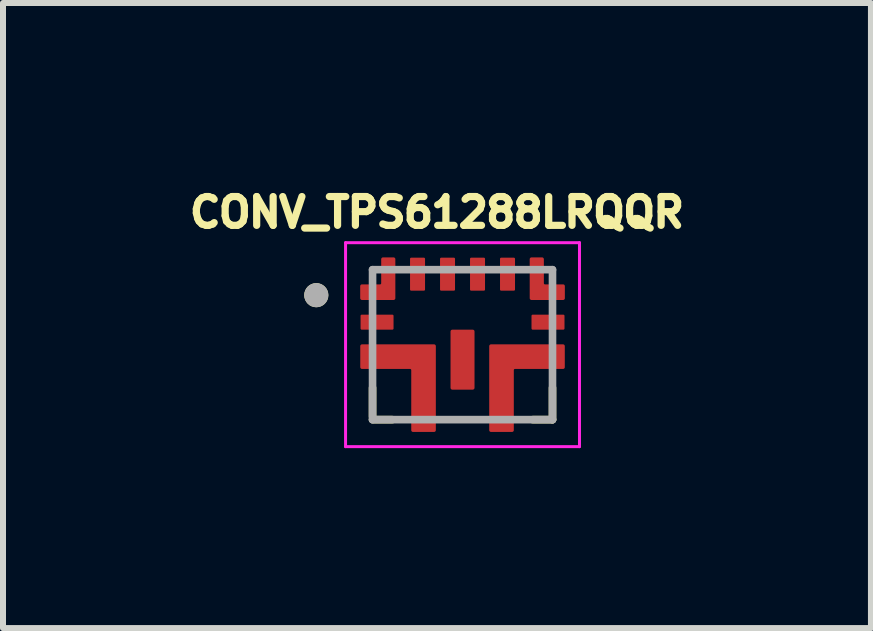
<source format=kicad_pcb>
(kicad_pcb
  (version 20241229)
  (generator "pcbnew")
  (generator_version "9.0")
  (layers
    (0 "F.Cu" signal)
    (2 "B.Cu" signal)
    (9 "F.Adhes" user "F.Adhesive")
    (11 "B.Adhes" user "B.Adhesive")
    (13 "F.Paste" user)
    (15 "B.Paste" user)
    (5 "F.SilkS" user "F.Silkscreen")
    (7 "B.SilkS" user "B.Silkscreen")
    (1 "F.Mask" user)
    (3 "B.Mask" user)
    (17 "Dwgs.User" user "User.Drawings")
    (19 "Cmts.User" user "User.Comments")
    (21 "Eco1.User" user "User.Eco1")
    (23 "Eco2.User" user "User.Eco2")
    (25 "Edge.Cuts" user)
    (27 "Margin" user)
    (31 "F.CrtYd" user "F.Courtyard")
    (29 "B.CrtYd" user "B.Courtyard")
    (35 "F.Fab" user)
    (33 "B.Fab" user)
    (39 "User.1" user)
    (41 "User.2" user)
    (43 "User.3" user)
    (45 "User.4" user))
  (footprint "CONV_TPS61288LRQQR"
    (layer "F.Cu")
    (at 4.661 2.696)
    (property "Reference" "CONV_TPS61288LRQQR" (at -0.426 -2.205 0) (layer "F.SilkS") (effects (font (size 0.48 0.48) (thickness 0.15))))
    (attr smd)
    (fp_poly (pts (xy -1.725 -0.55) (xy -1.125 -0.55) (xy -1.124 -0.55) (xy -1.122 -0.55) (xy -1.121 -0.55) (xy -1.12 -0.549) (xy -1.119 -0.549) (xy -1.117 -0.549) (xy -1.116 -0.548) (xy -1.115 -0.548) (xy -1.114 -0.547) (xy -1.113 -0.547) (xy -1.111 -0.546) (xy -1.11 -0.545) (xy -1.109 -0.544) (xy -1.108 -0.544) (xy -1.107 -0.543) (xy -1.106 -0.542) (xy -1.106 -0.541) (xy -1.105 -0.54) (xy -1.104 -0.539) (xy -1.103 -0.538) (xy -1.103 -0.536) (xy -1.102 -0.535) (xy -1.102 -0.534) (xy -1.101 -0.533) (xy -1.101 -0.531) (xy -1.101 -0.53) (xy -1.1 -0.529) (xy -1.1 -0.528) (xy -1.1 -0.526) (xy -1.1 -0.525) (xy -1.1 -0.225) (xy -1.1 -0.224) (xy -1.1 -0.222) (xy -1.1 -0.221) (xy -1.101 -0.22) (xy -1.101 -0.219) (xy -1.101 -0.217) (xy -1.102 -0.216) (xy -1.102 -0.215) (xy -1.103 -0.214) (xy -1.103 -0.212) (xy -1.104 -0.211) (xy -1.105 -0.21) (xy -1.106 -0.209) (xy -1.106 -0.208) (xy -1.107 -0.207) (xy -1.108 -0.206) (xy -1.109 -0.206) (xy -1.11 -0.205) (xy -1.111 -0.204) (xy -1.113 -0.203) (xy -1.114 -0.203) (xy -1.115 -0.202) (xy -1.116 -0.202) (xy -1.117 -0.201) (xy -1.119 -0.201) (xy -1.12 -0.201) (xy -1.121 -0.2) (xy -1.122 -0.2) (xy -1.124 -0.2) (xy -1.125 -0.2) (xy -1.725 -0.2) (xy -1.726 -0.2) (xy -1.728 -0.2) (xy -1.729 -0.2) (xy -1.73 -0.201) (xy -1.731 -0.201) (xy -1.733 -0.201) (xy -1.734 -0.202) (xy -1.735 -0.202) (xy -1.736 -0.203) (xy -1.738 -0.203) (xy -1.739 -0.204) (xy -1.74 -0.205) (xy -1.741 -0.206) (xy -1.742 -0.206) (xy -1.743 -0.207) (xy -1.744 -0.208) (xy -1.744 -0.209) (xy -1.745 -0.21) (xy -1.746 -0.211) (xy -1.747 -0.212) (xy -1.747 -0.214) (xy -1.748 -0.215) (xy -1.748 -0.216) (xy -1.749 -0.217) (xy -1.749 -0.219) (xy -1.749 -0.22) (xy -1.75 -0.221) (xy -1.75 -0.222) (xy -1.75 -0.224) (xy -1.75 -0.225) (xy -1.75 -0.525) (xy -1.75 -0.526) (xy -1.75 -0.528) (xy -1.75 -0.529) (xy -1.749 -0.53) (xy -1.749 -0.531) (xy -1.749 -0.533) (xy -1.748 -0.534) (xy -1.748 -0.535) (xy -1.747 -0.536) (xy -1.747 -0.538) (xy -1.746 -0.539) (xy -1.745 -0.54) (xy -1.744 -0.541) (xy -1.744 -0.542) (xy -1.743 -0.543) (xy -1.742 -0.544) (xy -1.741 -0.544) (xy -1.74 -0.545) (xy -1.739 -0.546) (xy -1.738 -0.547) (xy -1.736 -0.547) (xy -1.735 -0.548) (xy -1.734 -0.548) (xy -1.733 -0.549) (xy -1.731 -0.549) (xy -1.73 -0.549) (xy -1.729 -0.55) (xy -1.728 -0.55) (xy -1.726 -0.55) (xy -1.725 -0.55)) (stroke (width 0.01) (type solid)) (fill yes) (layer "F.Mask"))
    (fp_poly (pts (xy -0.9 -1.5) (xy -0.6 -1.5) (xy -0.599 -1.5) (xy -0.597 -1.5) (xy -0.596 -1.5) (xy -0.595 -1.499) (xy -0.594 -1.499) (xy -0.592 -1.499) (xy -0.591 -1.498) (xy -0.59 -1.498) (xy -0.589 -1.497) (xy -0.587 -1.497) (xy -0.586 -1.496) (xy -0.585 -1.495) (xy -0.584 -1.494) (xy -0.583 -1.494) (xy -0.582 -1.493) (xy -0.581 -1.492) (xy -0.581 -1.491) (xy -0.58 -1.49) (xy -0.579 -1.489) (xy -0.578 -1.488) (xy -0.578 -1.486) (xy -0.577 -1.485) (xy -0.577 -1.484) (xy -0.576 -1.483) (xy -0.576 -1.481) (xy -0.576 -1.48) (xy -0.575 -1.479) (xy -0.575 -1.478) (xy -0.575 -1.476) (xy -0.575 -1.475) (xy -0.575 -0.875) (xy -0.575 -0.874) (xy -0.575 -0.872) (xy -0.575 -0.871) (xy -0.576 -0.87) (xy -0.576 -0.869) (xy -0.576 -0.867) (xy -0.577 -0.866) (xy -0.577 -0.865) (xy -0.578 -0.864) (xy -0.578 -0.863) (xy -0.579 -0.861) (xy -0.58 -0.86) (xy -0.581 -0.859) (xy -0.581 -0.858) (xy -0.582 -0.857) (xy -0.583 -0.856) (xy -0.584 -0.856) (xy -0.585 -0.855) (xy -0.586 -0.854) (xy -0.587 -0.853) (xy -0.589 -0.853) (xy -0.59 -0.852) (xy -0.591 -0.852) (xy -0.592 -0.851) (xy -0.594 -0.851) (xy -0.595 -0.851) (xy -0.596 -0.85) (xy -0.597 -0.85) (xy -0.599 -0.85) (xy -0.6 -0.85) (xy -0.9 -0.85) (xy -0.901 -0.85) (xy -0.903 -0.85) (xy -0.904 -0.85) (xy -0.905 -0.851) (xy -0.906 -0.851) (xy -0.908 -0.851) (xy -0.909 -0.852) (xy -0.91 -0.852) (xy -0.911 -0.853) (xy -0.912 -0.853) (xy -0.914 -0.854) (xy -0.915 -0.855) (xy -0.916 -0.856) (xy -0.917 -0.856) (xy -0.918 -0.857) (xy -0.919 -0.858) (xy -0.919 -0.859) (xy -0.92 -0.86) (xy -0.921 -0.861) (xy -0.922 -0.863) (xy -0.922 -0.864) (xy -0.923 -0.865) (xy -0.923 -0.866) (xy -0.924 -0.867) (xy -0.924 -0.869) (xy -0.924 -0.87) (xy -0.925 -0.871) (xy -0.925 -0.872) (xy -0.925 -0.874) (xy -0.925 -0.875) (xy -0.925 -1.475) (xy -0.925 -1.476) (xy -0.925 -1.478) (xy -0.925 -1.479) (xy -0.924 -1.48) (xy -0.924 -1.481) (xy -0.924 -1.483) (xy -0.923 -1.484) (xy -0.923 -1.485) (xy -0.922 -1.486) (xy -0.922 -1.488) (xy -0.921 -1.489) (xy -0.92 -1.49) (xy -0.919 -1.491) (xy -0.919 -1.492) (xy -0.918 -1.493) (xy -0.917 -1.494) (xy -0.916 -1.494) (xy -0.915 -1.495) (xy -0.914 -1.496) (xy -0.913 -1.497) (xy -0.911 -1.497) (xy -0.91 -1.498) (xy -0.909 -1.498) (xy -0.908 -1.499) (xy -0.906 -1.499) (xy -0.905 -1.499) (xy -0.904 -1.5) (xy -0.903 -1.5) (xy -0.901 -1.5) (xy -0.9 -1.5)) (stroke (width 0.01) (type solid)) (fill yes) (layer "F.Mask"))
    (fp_poly (pts (xy -0.4 -1.5) (xy -0.1 -1.5) (xy -0.099 -1.5) (xy -0.097 -1.5) (xy -0.096 -1.5) (xy -0.095 -1.499) (xy -0.094 -1.499) (xy -0.092 -1.499) (xy -0.091 -1.498) (xy -0.09 -1.498) (xy -0.089 -1.497) (xy -0.087 -1.497) (xy -0.086 -1.496) (xy -0.085 -1.495) (xy -0.084 -1.494) (xy -0.083 -1.494) (xy -0.082 -1.493) (xy -0.081 -1.492) (xy -0.081 -1.491) (xy -0.08 -1.49) (xy -0.079 -1.489) (xy -0.078 -1.488) (xy -0.078 -1.486) (xy -0.077 -1.485) (xy -0.077 -1.484) (xy -0.076 -1.483) (xy -0.076 -1.481) (xy -0.076 -1.48) (xy -0.075 -1.479) (xy -0.075 -1.478) (xy -0.075 -1.476) (xy -0.075 -1.475) (xy -0.075 -0.875) (xy -0.075 -0.874) (xy -0.075 -0.872) (xy -0.075 -0.871) (xy -0.076 -0.87) (xy -0.076 -0.869) (xy -0.076 -0.867) (xy -0.077 -0.866) (xy -0.077 -0.865) (xy -0.078 -0.864) (xy -0.078 -0.863) (xy -0.079 -0.861) (xy -0.08 -0.86) (xy -0.081 -0.859) (xy -0.081 -0.858) (xy -0.082 -0.857) (xy -0.083 -0.856) (xy -0.084 -0.856) (xy -0.085 -0.855) (xy -0.086 -0.854) (xy -0.087 -0.853) (xy -0.089 -0.853) (xy -0.09 -0.852) (xy -0.091 -0.852) (xy -0.092 -0.851) (xy -0.094 -0.851) (xy -0.095 -0.851) (xy -0.096 -0.85) (xy -0.097 -0.85) (xy -0.099 -0.85) (xy -0.1 -0.85) (xy -0.4 -0.85) (xy -0.401 -0.85) (xy -0.403 -0.85) (xy -0.404 -0.85) (xy -0.405 -0.851) (xy -0.406 -0.851) (xy -0.408 -0.851) (xy -0.409 -0.852) (xy -0.41 -0.852) (xy -0.411 -0.853) (xy -0.412 -0.853) (xy -0.414 -0.854) (xy -0.415 -0.855) (xy -0.416 -0.856) (xy -0.417 -0.856) (xy -0.418 -0.857) (xy -0.419 -0.858) (xy -0.419 -0.859) (xy -0.42 -0.86) (xy -0.421 -0.861) (xy -0.422 -0.863) (xy -0.422 -0.864) (xy -0.423 -0.865) (xy -0.423 -0.866) (xy -0.424 -0.867) (xy -0.424 -0.869) (xy -0.424 -0.87) (xy -0.425 -0.871) (xy -0.425 -0.872) (xy -0.425 -0.874) (xy -0.425 -0.875) (xy -0.425 -1.475) (xy -0.425 -1.476) (xy -0.425 -1.478) (xy -0.425 -1.479) (xy -0.424 -1.48) (xy -0.424 -1.481) (xy -0.424 -1.483) (xy -0.423 -1.484) (xy -0.423 -1.485) (xy -0.422 -1.486) (xy -0.422 -1.488) (xy -0.421 -1.489) (xy -0.42 -1.49) (xy -0.419 -1.491) (xy -0.419 -1.492) (xy -0.418 -1.493) (xy -0.417 -1.494) (xy -0.416 -1.494) (xy -0.415 -1.495) (xy -0.414 -1.496) (xy -0.412 -1.497) (xy -0.411 -1.497) (xy -0.41 -1.498) (xy -0.409 -1.498) (xy -0.408 -1.499) (xy -0.406 -1.499) (xy -0.405 -1.499) (xy -0.404 -1.5) (xy -0.403 -1.5) (xy -0.401 -1.5) (xy -0.4 -1.5)) (stroke (width 0.01) (type solid)) (fill yes) (layer "F.Mask"))
    (fp_poly (pts (xy -0.225 -0.3) (xy 0.225 -0.3) (xy 0.226 -0.3) (xy 0.228 -0.3) (xy 0.229 -0.3) (xy 0.23 -0.299) (xy 0.231 -0.299) (xy 0.233 -0.299) (xy 0.234 -0.298) (xy 0.235 -0.298) (xy 0.236 -0.297) (xy 0.237 -0.297) (xy 0.239 -0.296) (xy 0.24 -0.295) (xy 0.241 -0.294) (xy 0.242 -0.294) (xy 0.243 -0.293) (xy 0.244 -0.292) (xy 0.244 -0.291) (xy 0.245 -0.29) (xy 0.246 -0.289) (xy 0.247 -0.287) (xy 0.247 -0.286) (xy 0.248 -0.285) (xy 0.248 -0.284) (xy 0.249 -0.283) (xy 0.249 -0.281) (xy 0.249 -0.28) (xy 0.25 -0.279) (xy 0.25 -0.278) (xy 0.25 -0.276) (xy 0.25 -0.275) (xy 0.25 0.775) (xy 0.25 0.776) (xy 0.25 0.778) (xy 0.25 0.779) (xy 0.249 0.78) (xy 0.249 0.781) (xy 0.249 0.783) (xy 0.248 0.784) (xy 0.248 0.785) (xy 0.247 0.786) (xy 0.247 0.788) (xy 0.246 0.789) (xy 0.245 0.79) (xy 0.244 0.791) (xy 0.244 0.792) (xy 0.243 0.793) (xy 0.242 0.794) (xy 0.241 0.794) (xy 0.24 0.795) (xy 0.239 0.796) (xy 0.237 0.797) (xy 0.236 0.797) (xy 0.235 0.798) (xy 0.234 0.798) (xy 0.233 0.799) (xy 0.231 0.799) (xy 0.23 0.799) (xy 0.229 0.8) (xy 0.228 0.8) (xy 0.226 0.8) (xy 0.225 0.8) (xy -0.225 0.8) (xy -0.226 0.8) (xy -0.228 0.8) (xy -0.229 0.8) (xy -0.23 0.799) (xy -0.231 0.799) (xy -0.233 0.799) (xy -0.234 0.798) (xy -0.235 0.798) (xy -0.236 0.797) (xy -0.237 0.797) (xy -0.239 0.796) (xy -0.24 0.795) (xy -0.241 0.794) (xy -0.242 0.794) (xy -0.243 0.793) (xy -0.244 0.792) (xy -0.244 0.791) (xy -0.245 0.79) (xy -0.246 0.789) (xy -0.247 0.788) (xy -0.247 0.786) (xy -0.248 0.785) (xy -0.248 0.784) (xy -0.249 0.783) (xy -0.249 0.781) (xy -0.249 0.78) (xy -0.25 0.779) (xy -0.25 0.778) (xy -0.25 0.776) (xy -0.25 0.775) (xy -0.25 -0.275) (xy -0.25 -0.276) (xy -0.25 -0.278) (xy -0.25 -0.279) (xy -0.249 -0.28) (xy -0.249 -0.281) (xy -0.249 -0.283) (xy -0.248 -0.284) (xy -0.248 -0.285) (xy -0.247 -0.286) (xy -0.247 -0.287) (xy -0.246 -0.289) (xy -0.245 -0.29) (xy -0.244 -0.291) (xy -0.244 -0.292) (xy -0.243 -0.293) (xy -0.242 -0.294) (xy -0.241 -0.294) (xy -0.24 -0.295) (xy -0.239 -0.296) (xy -0.237 -0.297) (xy -0.236 -0.297) (xy -0.235 -0.298) (xy -0.234 -0.298) (xy -0.233 -0.299) (xy -0.231 -0.299) (xy -0.23 -0.299) (xy -0.229 -0.3) (xy -0.228 -0.3) (xy -0.226 -0.3) (xy -0.225 -0.3)) (stroke (width 0.01) (type solid)) (fill yes) (layer "F.Mask"))
    (fp_poly (pts (xy 0.1 -1.5) (xy 0.4 -1.5) (xy 0.401 -1.5) (xy 0.403 -1.5) (xy 0.404 -1.5) (xy 0.405 -1.499) (xy 0.406 -1.499) (xy 0.408 -1.499) (xy 0.409 -1.498) (xy 0.41 -1.498) (xy 0.411 -1.497) (xy 0.412 -1.497) (xy 0.414 -1.496) (xy 0.415 -1.495) (xy 0.416 -1.494) (xy 0.417 -1.494) (xy 0.418 -1.493) (xy 0.419 -1.492) (xy 0.419 -1.491) (xy 0.42 -1.49) (xy 0.421 -1.489) (xy 0.422 -1.488) (xy 0.422 -1.486) (xy 0.423 -1.485) (xy 0.423 -1.484) (xy 0.424 -1.483) (xy 0.424 -1.481) (xy 0.424 -1.48) (xy 0.425 -1.479) (xy 0.425 -1.478) (xy 0.425 -1.476) (xy 0.425 -1.475) (xy 0.425 -0.875) (xy 0.425 -0.874) (xy 0.425 -0.872) (xy 0.425 -0.871) (xy 0.424 -0.87) (xy 0.424 -0.869) (xy 0.424 -0.867) (xy 0.423 -0.866) (xy 0.423 -0.865) (xy 0.422 -0.864) (xy 0.422 -0.863) (xy 0.421 -0.861) (xy 0.42 -0.86) (xy 0.419 -0.859) (xy 0.419 -0.858) (xy 0.418 -0.857) (xy 0.417 -0.856) (xy 0.416 -0.856) (xy 0.415 -0.855) (xy 0.414 -0.854) (xy 0.412 -0.853) (xy 0.411 -0.853) (xy 0.41 -0.852) (xy 0.409 -0.852) (xy 0.408 -0.851) (xy 0.406 -0.851) (xy 0.405 -0.851) (xy 0.404 -0.85) (xy 0.403 -0.85) (xy 0.401 -0.85) (xy 0.4 -0.85) (xy 0.1 -0.85) (xy 0.099 -0.85) (xy 0.097 -0.85) (xy 0.096 -0.85) (xy 0.095 -0.851) (xy 0.094 -0.851) (xy 0.092 -0.851) (xy 0.091 -0.852) (xy 0.09 -0.852) (xy 0.089 -0.853) (xy 0.087 -0.853) (xy 0.086 -0.854) (xy 0.085 -0.855) (xy 0.084 -0.856) (xy 0.083 -0.856) (xy 0.082 -0.857) (xy 0.081 -0.858) (xy 0.081 -0.859) (xy 0.08 -0.86) (xy 0.079 -0.861) (xy 0.078 -0.863) (xy 0.078 -0.864) (xy 0.077 -0.865) (xy 0.077 -0.866) (xy 0.076 -0.867) (xy 0.076 -0.869) (xy 0.076 -0.87) (xy 0.075 -0.871) (xy 0.075 -0.872) (xy 0.075 -0.874) (xy 0.075 -0.875) (xy 0.075 -1.475) (xy 0.075 -1.476) (xy 0.075 -1.478) (xy 0.075 -1.479) (xy 0.076 -1.48) (xy 0.076 -1.481) (xy 0.076 -1.483) (xy 0.077 -1.484) (xy 0.077 -1.485) (xy 0.078 -1.486) (xy 0.078 -1.488) (xy 0.079 -1.489) (xy 0.08 -1.49) (xy 0.081 -1.491) (xy 0.081 -1.492) (xy 0.082 -1.493) (xy 0.083 -1.494) (xy 0.084 -1.494) (xy 0.085 -1.495) (xy 0.086 -1.496) (xy 0.087 -1.497) (xy 0.089 -1.497) (xy 0.09 -1.498) (xy 0.091 -1.498) (xy 0.092 -1.499) (xy 0.094 -1.499) (xy 0.095 -1.499) (xy 0.096 -1.5) (xy 0.097 -1.5) (xy 0.099 -1.5) (xy 0.1 -1.5)) (stroke (width 0.01) (type solid)) (fill yes) (layer "F.Mask"))
    (fp_poly (pts (xy 0.6 -1.5) (xy 0.9 -1.5) (xy 0.901 -1.5) (xy 0.903 -1.5) (xy 0.904 -1.5) (xy 0.905 -1.499) (xy 0.906 -1.499) (xy 0.908 -1.499) (xy 0.909 -1.498) (xy 0.91 -1.498) (xy 0.911 -1.497) (xy 0.913 -1.497) (xy 0.914 -1.496) (xy 0.915 -1.495) (xy 0.916 -1.494) (xy 0.917 -1.494) (xy 0.918 -1.493) (xy 0.919 -1.492) (xy 0.919 -1.491) (xy 0.92 -1.49) (xy 0.921 -1.489) (xy 0.922 -1.488) (xy 0.922 -1.486) (xy 0.923 -1.485) (xy 0.923 -1.484) (xy 0.924 -1.483) (xy 0.924 -1.481) (xy 0.924 -1.48) (xy 0.925 -1.479) (xy 0.925 -1.478) (xy 0.925 -1.476) (xy 0.925 -1.475) (xy 0.925 -0.875) (xy 0.925 -0.874) (xy 0.925 -0.872) (xy 0.925 -0.871) (xy 0.924 -0.87) (xy 0.924 -0.869) (xy 0.924 -0.867) (xy 0.923 -0.866) (xy 0.923 -0.865) (xy 0.922 -0.864) (xy 0.922 -0.863) (xy 0.921 -0.861) (xy 0.92 -0.86) (xy 0.919 -0.859) (xy 0.919 -0.858) (xy 0.918 -0.857) (xy 0.917 -0.856) (xy 0.916 -0.856) (xy 0.915 -0.855) (xy 0.914 -0.854) (xy 0.913 -0.853) (xy 0.911 -0.853) (xy 0.91 -0.852) (xy 0.909 -0.852) (xy 0.908 -0.851) (xy 0.906 -0.851) (xy 0.905 -0.851) (xy 0.904 -0.85) (xy 0.903 -0.85) (xy 0.901 -0.85) (xy 0.9 -0.85) (xy 0.6 -0.85) (xy 0.599 -0.85) (xy 0.597 -0.85) (xy 0.596 -0.85) (xy 0.595 -0.851) (xy 0.594 -0.851) (xy 0.592 -0.851) (xy 0.591 -0.852) (xy 0.59 -0.852) (xy 0.589 -0.853) (xy 0.588 -0.853) (xy 0.586 -0.854) (xy 0.585 -0.855) (xy 0.584 -0.856) (xy 0.583 -0.856) (xy 0.582 -0.857) (xy 0.581 -0.858) (xy 0.581 -0.859) (xy 0.58 -0.86) (xy 0.579 -0.861) (xy 0.578 -0.863) (xy 0.578 -0.864) (xy 0.577 -0.865) (xy 0.577 -0.866) (xy 0.576 -0.867) (xy 0.576 -0.869) (xy 0.576 -0.87) (xy 0.575 -0.871) (xy 0.575 -0.872) (xy 0.575 -0.874) (xy 0.575 -0.875) (xy 0.575 -1.475) (xy 0.575 -1.476) (xy 0.575 -1.478) (xy 0.575 -1.479) (xy 0.576 -1.48) (xy 0.576 -1.481) (xy 0.576 -1.483) (xy 0.577 -1.484) (xy 0.577 -1.485) (xy 0.578 -1.486) (xy 0.578 -1.488) (xy 0.579 -1.489) (xy 0.58 -1.49) (xy 0.581 -1.491) (xy 0.581 -1.492) (xy 0.582 -1.493) (xy 0.583 -1.494) (xy 0.584 -1.494) (xy 0.585 -1.495) (xy 0.586 -1.496) (xy 0.587 -1.497) (xy 0.589 -1.497) (xy 0.59 -1.498) (xy 0.591 -1.498) (xy 0.592 -1.499) (xy 0.594 -1.499) (xy 0.595 -1.499) (xy 0.596 -1.5) (xy 0.597 -1.5) (xy 0.599 -1.5) (xy 0.6 -1.5)) (stroke (width 0.01) (type solid)) (fill yes) (layer "F.Mask"))
    (fp_poly (pts (xy 1.125 -0.55) (xy 1.725 -0.55) (xy 1.726 -0.55) (xy 1.728 -0.55) (xy 1.729 -0.55) (xy 1.73 -0.549) (xy 1.731 -0.549) (xy 1.733 -0.549) (xy 1.734 -0.548) (xy 1.735 -0.548) (xy 1.736 -0.547) (xy 1.738 -0.547) (xy 1.739 -0.546) (xy 1.74 -0.545) (xy 1.741 -0.544) (xy 1.742 -0.544) (xy 1.743 -0.543) (xy 1.744 -0.542) (xy 1.744 -0.541) (xy 1.745 -0.54) (xy 1.746 -0.539) (xy 1.747 -0.538) (xy 1.747 -0.536) (xy 1.748 -0.535) (xy 1.748 -0.534) (xy 1.749 -0.533) (xy 1.749 -0.531) (xy 1.749 -0.53) (xy 1.75 -0.529) (xy 1.75 -0.528) (xy 1.75 -0.526) (xy 1.75 -0.525) (xy 1.75 -0.225) (xy 1.75 -0.224) (xy 1.75 -0.222) (xy 1.75 -0.221) (xy 1.749 -0.22) (xy 1.749 -0.219) (xy 1.749 -0.217) (xy 1.748 -0.216) (xy 1.748 -0.215) (xy 1.747 -0.214) (xy 1.747 -0.212) (xy 1.746 -0.211) (xy 1.745 -0.21) (xy 1.744 -0.209) (xy 1.744 -0.208) (xy 1.743 -0.207) (xy 1.742 -0.206) (xy 1.741 -0.206) (xy 1.74 -0.205) (xy 1.739 -0.204) (xy 1.738 -0.203) (xy 1.736 -0.203) (xy 1.735 -0.202) (xy 1.734 -0.202) (xy 1.733 -0.201) (xy 1.731 -0.201) (xy 1.73 -0.201) (xy 1.729 -0.2) (xy 1.728 -0.2) (xy 1.726 -0.2) (xy 1.725 -0.2) (xy 1.125 -0.2) (xy 1.124 -0.2) (xy 1.122 -0.2) (xy 1.121 -0.2) (xy 1.12 -0.201) (xy 1.119 -0.201) (xy 1.117 -0.201) (xy 1.116 -0.202) (xy 1.115 -0.202) (xy 1.114 -0.203) (xy 1.113 -0.203) (xy 1.111 -0.204) (xy 1.11 -0.205) (xy 1.109 -0.206) (xy 1.108 -0.206) (xy 1.107 -0.207) (xy 1.106 -0.208) (xy 1.106 -0.209) (xy 1.105 -0.21) (xy 1.104 -0.211) (xy 1.103 -0.212) (xy 1.103 -0.214) (xy 1.102 -0.215) (xy 1.102 -0.216) (xy 1.101 -0.217) (xy 1.101 -0.219) (xy 1.101 -0.22) (xy 1.1 -0.221) (xy 1.1 -0.222) (xy 1.1 -0.224) (xy 1.1 -0.225) (xy 1.1 -0.525) (xy 1.1 -0.526) (xy 1.1 -0.528) (xy 1.1 -0.529) (xy 1.101 -0.53) (xy 1.101 -0.531) (xy 1.101 -0.533) (xy 1.102 -0.534) (xy 1.102 -0.535) (xy 1.103 -0.536) (xy 1.103 -0.538) (xy 1.104 -0.539) (xy 1.105 -0.54) (xy 1.106 -0.541) (xy 1.106 -0.542) (xy 1.107 -0.543) (xy 1.108 -0.544) (xy 1.109 -0.544) (xy 1.11 -0.545) (xy 1.111 -0.546) (xy 1.113 -0.547) (xy 1.114 -0.547) (xy 1.115 -0.548) (xy 1.116 -0.548) (xy 1.117 -0.549) (xy 1.119 -0.549) (xy 1.12 -0.549) (xy 1.121 -0.55) (xy 1.122 -0.55) (xy 1.124 -0.55) (xy 1.125 -0.55)) (stroke (width 0.01) (type solid)) (fill yes) (layer "F.Mask"))
    (fp_poly (pts (xy -1.4 -1.075) (xy -1.4 -1.475) (xy -1.4 -1.476) (xy -1.4 -1.478) (xy -1.4 -1.479) (xy -1.399 -1.48) (xy -1.399 -1.481) (xy -1.399 -1.483) (xy -1.398 -1.484) (xy -1.398 -1.485) (xy -1.397 -1.486) (xy -1.397 -1.488) (xy -1.396 -1.489) (xy -1.395 -1.49) (xy -1.394 -1.491) (xy -1.394 -1.492) (xy -1.393 -1.493) (xy -1.392 -1.494) (xy -1.391 -1.494) (xy -1.39 -1.495) (xy -1.389 -1.496) (xy -1.387 -1.497) (xy -1.386 -1.497) (xy -1.385 -1.498) (xy -1.384 -1.498) (xy -1.383 -1.499) (xy -1.381 -1.499) (xy -1.38 -1.499) (xy -1.379 -1.5) (xy -1.378 -1.5) (xy -1.376 -1.5) (xy -1.375 -1.5) (xy -1.1 -1.5) (xy -1.099 -1.5) (xy -1.097 -1.5) (xy -1.096 -1.5) (xy -1.095 -1.499) (xy -1.094 -1.499) (xy -1.092 -1.499) (xy -1.091 -1.498) (xy -1.09 -1.498) (xy -1.089 -1.497) (xy -1.087 -1.497) (xy -1.086 -1.496) (xy -1.085 -1.495) (xy -1.084 -1.494) (xy -1.083 -1.494) (xy -1.082 -1.493) (xy -1.081 -1.492) (xy -1.081 -1.491) (xy -1.08 -1.49) (xy -1.079 -1.489) (xy -1.078 -1.487) (xy -1.078 -1.486) (xy -1.077 -1.485) (xy -1.077 -1.484) (xy -1.076 -1.483) (xy -1.076 -1.481) (xy -1.076 -1.48) (xy -1.075 -1.479) (xy -1.075 -1.478) (xy -1.075 -1.476) (xy -1.075 -1.475) (xy -1.075 -0.725) (xy -1.075 -0.724) (xy -1.075 -0.722) (xy -1.075 -0.721) (xy -1.076 -0.72) (xy -1.076 -0.719) (xy -1.076 -0.717) (xy -1.077 -0.716) (xy -1.077 -0.715) (xy -1.078 -0.714) (xy -1.078 -0.712) (xy -1.079 -0.711) (xy -1.08 -0.71) (xy -1.081 -0.709) (xy -1.081 -0.708) (xy -1.082 -0.707) (xy -1.083 -0.706) (xy -1.084 -0.706) (xy -1.085 -0.705) (xy -1.086 -0.704) (xy -1.087 -0.703) (xy -1.089 -0.703) (xy -1.09 -0.702) (xy -1.091 -0.702) (xy -1.092 -0.701) (xy -1.094 -0.701) (xy -1.095 -0.701) (xy -1.096 -0.7) (xy -1.097 -0.7) (xy -1.099 -0.7) (xy -1.1 -0.7) (xy -1.725 -0.7) (xy -1.726 -0.7) (xy -1.728 -0.7) (xy -1.729 -0.7) (xy -1.73 -0.701) (xy -1.731 -0.701) (xy -1.733 -0.701) (xy -1.734 -0.702) (xy -1.735 -0.702) (xy -1.736 -0.703) (xy -1.738 -0.703) (xy -1.739 -0.704) (xy -1.74 -0.705) (xy -1.741 -0.706) (xy -1.742 -0.706) (xy -1.743 -0.707) (xy -1.744 -0.708) (xy -1.744 -0.709) (xy -1.745 -0.71) (xy -1.746 -0.711) (xy -1.747 -0.712) (xy -1.747 -0.714) (xy -1.748 -0.715) (xy -1.748 -0.716) (xy -1.749 -0.717) (xy -1.749 -0.719) (xy -1.749 -0.72) (xy -1.75 -0.721) (xy -1.75 -0.722) (xy -1.75 -0.724) (xy -1.75 -0.725) (xy -1.75 -1.025) (xy -1.75 -1.026) (xy -1.75 -1.028) (xy -1.75 -1.029) (xy -1.749 -1.03) (xy -1.749 -1.031) (xy -1.749 -1.033) (xy -1.748 -1.034) (xy -1.748 -1.035) (xy -1.747 -1.036) (xy -1.747 -1.038) (xy -1.746 -1.039) (xy -1.745 -1.04) (xy -1.744 -1.041) (xy -1.744 -1.042) (xy -1.743 -1.043) (xy -1.742 -1.044) (xy -1.741 -1.044) (xy -1.74 -1.045) (xy -1.739 -1.046) (xy -1.737 -1.047) (xy -1.736 -1.047) (xy -1.735 -1.048) (xy -1.734 -1.048) (xy -1.733 -1.049) (xy -1.731 -1.049) (xy -1.73 -1.049) (xy -1.729 -1.05) (xy -1.728 -1.05) (xy -1.726 -1.05) (xy -1.725 -1.05) (xy -1.425 -1.05) (xy -1.424 -1.05) (xy -1.422 -1.05) (xy -1.421 -1.05) (xy -1.42 -1.051) (xy -1.419 -1.051) (xy -1.417 -1.051) (xy -1.416 -1.052) (xy -1.415 -1.052) (xy -1.414 -1.053) (xy -1.413 -1.053) (xy -1.411 -1.054) (xy -1.41 -1.055) (xy -1.409 -1.056) (xy -1.408 -1.056) (xy -1.407 -1.057) (xy -1.406 -1.058) (xy -1.406 -1.059) (xy -1.405 -1.06) (xy -1.404 -1.061) (xy -1.403 -1.063) (xy -1.403 -1.064) (xy -1.402 -1.065) (xy -1.402 -1.066) (xy -1.401 -1.067) (xy -1.401 -1.069) (xy -1.401 -1.07) (xy -1.4 -1.071) (xy -1.4 -1.072) (xy -1.4 -1.074) (xy -1.4 -1.075)) (stroke (width 0.01) (type solid)) (fill yes) (layer "F.Mask"))
    (fp_poly (pts (xy -0.4 -0.025) (xy -0.4 1.475) (xy -0.4 1.476) (xy -0.4 1.478) (xy -0.4 1.479) (xy -0.401 1.48) (xy -0.401 1.481) (xy -0.401 1.483) (xy -0.402 1.484) (xy -0.402 1.485) (xy -0.403 1.486) (xy -0.403 1.488) (xy -0.404 1.489) (xy -0.405 1.49) (xy -0.406 1.491) (xy -0.406 1.492) (xy -0.407 1.493) (xy -0.408 1.494) (xy -0.409 1.494) (xy -0.41 1.495) (xy -0.411 1.496) (xy -0.412 1.497) (xy -0.414 1.497) (xy -0.415 1.498) (xy -0.416 1.498) (xy -0.417 1.499) (xy -0.419 1.499) (xy -0.42 1.499) (xy -0.421 1.5) (xy -0.422 1.5) (xy -0.424 1.5) (xy -0.425 1.5) (xy -0.875 1.5) (xy -0.876 1.5) (xy -0.878 1.5) (xy -0.879 1.5) (xy -0.88 1.499) (xy -0.881 1.499) (xy -0.883 1.499) (xy -0.884 1.498) (xy -0.885 1.498) (xy -0.886 1.497) (xy -0.887 1.497) (xy -0.889 1.496) (xy -0.89 1.495) (xy -0.891 1.494) (xy -0.892 1.494) (xy -0.893 1.493) (xy -0.894 1.492) (xy -0.894 1.491) (xy -0.895 1.49) (xy -0.896 1.489) (xy -0.897 1.488) (xy -0.897 1.486) (xy -0.898 1.485) (xy -0.898 1.484) (xy -0.899 1.483) (xy -0.899 1.481) (xy -0.899 1.48) (xy -0.9 1.479) (xy -0.9 1.478) (xy -0.9 1.476) (xy -0.9 1.475) (xy -0.9 0.475) (xy -0.9 0.474) (xy -0.9 0.472) (xy -0.9 0.471) (xy -0.901 0.47) (xy -0.901 0.469) (xy -0.901 0.467) (xy -0.902 0.466) (xy -0.902 0.465) (xy -0.903 0.464) (xy -0.903 0.463) (xy -0.904 0.461) (xy -0.905 0.46) (xy -0.906 0.459) (xy -0.906 0.458) (xy -0.907 0.457) (xy -0.908 0.456) (xy -0.909 0.456) (xy -0.91 0.455) (xy -0.911 0.454) (xy -0.913 0.453) (xy -0.914 0.453) (xy -0.915 0.452) (xy -0.916 0.452) (xy -0.917 0.451) (xy -0.919 0.451) (xy -0.92 0.451) (xy -0.921 0.45) (xy -0.922 0.45) (xy -0.924 0.45) (xy -0.925 0.45) (xy -1.725 0.45) (xy -1.726 0.45) (xy -1.728 0.45) (xy -1.729 0.45) (xy -1.73 0.449) (xy -1.731 0.449) (xy -1.733 0.449) (xy -1.734 0.448) (xy -1.735 0.448) (xy -1.736 0.447) (xy -1.738 0.447) (xy -1.739 0.446) (xy -1.74 0.445) (xy -1.741 0.444) (xy -1.742 0.444) (xy -1.743 0.443) (xy -1.744 0.442) (xy -1.744 0.441) (xy -1.745 0.44) (xy -1.746 0.439) (xy -1.747 0.438) (xy -1.747 0.436) (xy -1.748 0.435) (xy -1.748 0.434) (xy -1.749 0.433) (xy -1.749 0.431) (xy -1.749 0.43) (xy -1.75 0.429) (xy -1.75 0.428) (xy -1.75 0.426) (xy -1.75 0.425) (xy -1.75 -0.025) (xy -1.75 -0.026) (xy -1.75 -0.028) (xy -1.75 -0.029) (xy -1.749 -0.03) (xy -1.749 -0.031) (xy -1.749 -0.033) (xy -1.748 -0.034) (xy -1.748 -0.035) (xy -1.747 -0.036) (xy -1.747 -0.038) (xy -1.746 -0.039) (xy -1.745 -0.04) (xy -1.744 -0.041) (xy -1.744 -0.042) (xy -1.743 -0.043) (xy -1.742 -0.044) (xy -1.741 -0.044) (xy -1.74 -0.045) (xy -1.739 -0.046) (xy -1.738 -0.047) (xy -1.736 -0.047) (xy -1.735 -0.048) (xy -1.734 -0.048) (xy -1.733 -0.049) (xy -1.731 -0.049) (xy -1.73 -0.049) (xy -1.729 -0.05) (xy -1.728 -0.05) (xy -1.726 -0.05) (xy -1.725 -0.05) (xy -0.425 -0.05) (xy -0.424 -0.05) (xy -0.422 -0.05) (xy -0.421 -0.05) (xy -0.42 -0.049) (xy -0.419 -0.049) (xy -0.417 -0.049) (xy -0.416 -0.048) (xy -0.415 -0.048) (xy -0.414 -0.047) (xy -0.412 -0.047) (xy -0.411 -0.046) (xy -0.41 -0.045) (xy -0.409 -0.044) (xy -0.408 -0.044) (xy -0.407 -0.043) (xy -0.406 -0.042) (xy -0.406 -0.041) (xy -0.405 -0.04) (xy -0.404 -0.039) (xy -0.403 -0.038) (xy -0.403 -0.036) (xy -0.402 -0.035) (xy -0.402 -0.034) (xy -0.401 -0.033) (xy -0.401 -0.031) (xy -0.401 -0.03) (xy -0.4 -0.029) (xy -0.4 -0.028) (xy -0.4 -0.026) (xy -0.4 -0.025)) (stroke (width 0.01) (type solid)) (fill yes) (layer "F.Mask"))
    (fp_poly (pts (xy 1.1 -0.7) (xy 1.725 -0.7) (xy 1.726 -0.7) (xy 1.728 -0.7) (xy 1.729 -0.7) (xy 1.73 -0.701) (xy 1.731 -0.701) (xy 1.733 -0.701) (xy 1.734 -0.702) (xy 1.735 -0.702) (xy 1.736 -0.703) (xy 1.738 -0.703) (xy 1.739 -0.704) (xy 1.74 -0.705) (xy 1.741 -0.706) (xy 1.742 -0.706) (xy 1.743 -0.707) (xy 1.744 -0.708) (xy 1.744 -0.709) (xy 1.745 -0.71) (xy 1.746 -0.711) (xy 1.747 -0.712) (xy 1.747 -0.714) (xy 1.748 -0.715) (xy 1.748 -0.716) (xy 1.749 -0.717) (xy 1.749 -0.719) (xy 1.749 -0.72) (xy 1.75 -0.721) (xy 1.75 -0.722) (xy 1.75 -0.724) (xy 1.75 -0.725) (xy 1.75 -1.025) (xy 1.75 -1.026) (xy 1.75 -1.028) (xy 1.75 -1.029) (xy 1.749 -1.03) (xy 1.749 -1.031) (xy 1.749 -1.033) (xy 1.748 -1.034) (xy 1.748 -1.035) (xy 1.747 -1.036) (xy 1.747 -1.038) (xy 1.746 -1.039) (xy 1.745 -1.04) (xy 1.744 -1.041) (xy 1.744 -1.042) (xy 1.743 -1.043) (xy 1.742 -1.044) (xy 1.741 -1.044) (xy 1.74 -1.045) (xy 1.739 -1.046) (xy 1.737 -1.047) (xy 1.736 -1.047) (xy 1.735 -1.048) (xy 1.734 -1.048) (xy 1.733 -1.049) (xy 1.731 -1.049) (xy 1.73 -1.049) (xy 1.729 -1.05) (xy 1.728 -1.05) (xy 1.726 -1.05) (xy 1.725 -1.05) (xy 1.425 -1.05) (xy 1.424 -1.05) (xy 1.422 -1.05) (xy 1.421 -1.05) (xy 1.42 -1.051) (xy 1.419 -1.051) (xy 1.417 -1.051) (xy 1.416 -1.052) (xy 1.415 -1.052) (xy 1.414 -1.053) (xy 1.413 -1.053) (xy 1.411 -1.054) (xy 1.41 -1.055) (xy 1.409 -1.056) (xy 1.408 -1.056) (xy 1.407 -1.057) (xy 1.406 -1.058) (xy 1.406 -1.059) (xy 1.405 -1.06) (xy 1.404 -1.061) (xy 1.403 -1.063) (xy 1.403 -1.064) (xy 1.402 -1.065) (xy 1.402 -1.066) (xy 1.401 -1.067) (xy 1.401 -1.069) (xy 1.401 -1.07) (xy 1.4 -1.071) (xy 1.4 -1.072) (xy 1.4 -1.074) (xy 1.4 -1.075) (xy 1.4 -1.475) (xy 1.4 -1.476) (xy 1.4 -1.478) (xy 1.4 -1.479) (xy 1.399 -1.48) (xy 1.399 -1.481) (xy 1.399 -1.483) (xy 1.398 -1.484) (xy 1.398 -1.485) (xy 1.397 -1.486) (xy 1.397 -1.488) (xy 1.396 -1.489) (xy 1.395 -1.49) (xy 1.394 -1.491) (xy 1.394 -1.492) (xy 1.393 -1.493) (xy 1.392 -1.494) (xy 1.391 -1.494) (xy 1.39 -1.495) (xy 1.389 -1.496) (xy 1.387 -1.497) (xy 1.386 -1.497) (xy 1.385 -1.498) (xy 1.384 -1.498) (xy 1.383 -1.499) (xy 1.381 -1.499) (xy 1.38 -1.499) (xy 1.379 -1.5) (xy 1.378 -1.5) (xy 1.376 -1.5) (xy 1.375 -1.5) (xy 1.1 -1.5) (xy 1.099 -1.5) (xy 1.097 -1.5) (xy 1.096 -1.5) (xy 1.095 -1.499) (xy 1.094 -1.499) (xy 1.092 -1.499) (xy 1.091 -1.498) (xy 1.09 -1.498) (xy 1.089 -1.497) (xy 1.087 -1.497) (xy 1.086 -1.496) (xy 1.085 -1.495) (xy 1.084 -1.494) (xy 1.083 -1.494) (xy 1.082 -1.493) (xy 1.081 -1.492) (xy 1.081 -1.491) (xy 1.08 -1.49) (xy 1.079 -1.489) (xy 1.078 -1.487) (xy 1.078 -1.486) (xy 1.077 -1.485) (xy 1.077 -1.484) (xy 1.076 -1.483) (xy 1.076 -1.481) (xy 1.076 -1.48) (xy 1.075 -1.479) (xy 1.075 -1.478) (xy 1.075 -1.476) (xy 1.075 -1.475) (xy 1.075 -0.725) (xy 1.075 -0.724) (xy 1.075 -0.722) (xy 1.075 -0.721) (xy 1.076 -0.72) (xy 1.076 -0.719) (xy 1.076 -0.717) (xy 1.077 -0.716) (xy 1.077 -0.715) (xy 1.078 -0.714) (xy 1.078 -0.712) (xy 1.079 -0.711) (xy 1.08 -0.71) (xy 1.081 -0.709) (xy 1.081 -0.708) (xy 1.082 -0.707) (xy 1.083 -0.706) (xy 1.084 -0.706) (xy 1.085 -0.705) (xy 1.086 -0.704) (xy 1.087 -0.703) (xy 1.089 -0.703) (xy 1.09 -0.702) (xy 1.091 -0.702) (xy 1.092 -0.701) (xy 1.094 -0.701) (xy 1.095 -0.701) (xy 1.096 -0.7) (xy 1.097 -0.7) (xy 1.099 -0.7) (xy 1.1 -0.7)) (stroke (width 0.01) (type solid)) (fill yes) (layer "F.Mask"))
    (fp_poly (pts (xy 1.75 0.425) (xy 1.75 -0.025) (xy 1.75 -0.026) (xy 1.75 -0.028) (xy 1.75 -0.029) (xy 1.749 -0.03) (xy 1.749 -0.031) (xy 1.749 -0.033) (xy 1.748 -0.034) (xy 1.748 -0.035) (xy 1.747 -0.036) (xy 1.747 -0.038) (xy 1.746 -0.039) (xy 1.745 -0.04) (xy 1.744 -0.041) (xy 1.744 -0.042) (xy 1.743 -0.043) (xy 1.742 -0.044) (xy 1.741 -0.044) (xy 1.74 -0.045) (xy 1.739 -0.046) (xy 1.738 -0.047) (xy 1.736 -0.047) (xy 1.735 -0.048) (xy 1.734 -0.048) (xy 1.733 -0.049) (xy 1.731 -0.049) (xy 1.73 -0.049) (xy 1.729 -0.05) (xy 1.728 -0.05) (xy 1.726 -0.05) (xy 1.725 -0.05) (xy 0.425 -0.05) (xy 0.424 -0.05) (xy 0.422 -0.05) (xy 0.421 -0.05) (xy 0.42 -0.049) (xy 0.419 -0.049) (xy 0.417 -0.049) (xy 0.416 -0.048) (xy 0.415 -0.048) (xy 0.414 -0.047) (xy 0.412 -0.047) (xy 0.411 -0.046) (xy 0.41 -0.045) (xy 0.409 -0.044) (xy 0.408 -0.044) (xy 0.407 -0.043) (xy 0.406 -0.042) (xy 0.406 -0.041) (xy 0.405 -0.04) (xy 0.404 -0.039) (xy 0.403 -0.038) (xy 0.403 -0.036) (xy 0.402 -0.035) (xy 0.402 -0.034) (xy 0.401 -0.033) (xy 0.401 -0.031) (xy 0.401 -0.03) (xy 0.4 -0.029) (xy 0.4 -0.028) (xy 0.4 -0.026) (xy 0.4 -0.025) (xy 0.4 1.475) (xy 0.4 1.476) (xy 0.4 1.478) (xy 0.4 1.479) (xy 0.401 1.48) (xy 0.401 1.481) (xy 0.401 1.483) (xy 0.402 1.484) (xy 0.402 1.485) (xy 0.403 1.486) (xy 0.403 1.488) (xy 0.404 1.489) (xy 0.405 1.49) (xy 0.406 1.491) (xy 0.406 1.492) (xy 0.407 1.493) (xy 0.408 1.494) (xy 0.409 1.494) (xy 0.41 1.495) (xy 0.411 1.496) (xy 0.412 1.497) (xy 0.414 1.497) (xy 0.415 1.498) (xy 0.416 1.498) (xy 0.417 1.499) (xy 0.419 1.499) (xy 0.42 1.499) (xy 0.421 1.5) (xy 0.422 1.5) (xy 0.424 1.5) (xy 0.425 1.5) (xy 0.875 1.5) (xy 0.876 1.5) (xy 0.878 1.5) (xy 0.879 1.5) (xy 0.88 1.499) (xy 0.881 1.499) (xy 0.883 1.499) (xy 0.884 1.498) (xy 0.885 1.498) (xy 0.886 1.497) (xy 0.887 1.497) (xy 0.889 1.496) (xy 0.89 1.495) (xy 0.891 1.494) (xy 0.892 1.494) (xy 0.893 1.493) (xy 0.894 1.492) (xy 0.894 1.491) (xy 0.895 1.49) (xy 0.896 1.489) (xy 0.897 1.488) (xy 0.897 1.486) (xy 0.898 1.485) (xy 0.898 1.484) (xy 0.899 1.483) (xy 0.899 1.481) (xy 0.899 1.48) (xy 0.9 1.479) (xy 0.9 1.478) (xy 0.9 1.476) (xy 0.9 1.475) (xy 0.9 0.475) (xy 0.9 0.474) (xy 0.9 0.472) (xy 0.9 0.471) (xy 0.901 0.47) (xy 0.901 0.469) (xy 0.901 0.467) (xy 0.902 0.466) (xy 0.902 0.465) (xy 0.903 0.464) (xy 0.903 0.463) (xy 0.904 0.461) (xy 0.905 0.46) (xy 0.906 0.459) (xy 0.906 0.458) (xy 0.907 0.457) (xy 0.908 0.456) (xy 0.909 0.456) (xy 0.91 0.455) (xy 0.911 0.454) (xy 0.913 0.453) (xy 0.914 0.453) (xy 0.915 0.452) (xy 0.916 0.452) (xy 0.917 0.451) (xy 0.919 0.451) (xy 0.92 0.451) (xy 0.921 0.45) (xy 0.922 0.45) (xy 0.924 0.45) (xy 0.925 0.45) (xy 1.725 0.45) (xy 1.726 0.45) (xy 1.728 0.45) (xy 1.729 0.45) (xy 1.73 0.449) (xy 1.731 0.449) (xy 1.733 0.449) (xy 1.734 0.448) (xy 1.735 0.448) (xy 1.736 0.447) (xy 1.738 0.447) (xy 1.739 0.446) (xy 1.74 0.445) (xy 1.741 0.444) (xy 1.742 0.444) (xy 1.743 0.443) (xy 1.744 0.442) (xy 1.744 0.441) (xy 1.745 0.44) (xy 1.746 0.439) (xy 1.747 0.438) (xy 1.747 0.436) (xy 1.748 0.435) (xy 1.748 0.434) (xy 1.749 0.433) (xy 1.749 0.431) (xy 1.749 0.43) (xy 1.75 0.429) (xy 1.75 0.428) (xy 1.75 0.426) (xy 1.75 0.425)) (stroke (width 0.01) (type solid)) (fill yes) (layer "F.Mask"))
    (fp_line (start -1.5 0.72) (end -1.5 1.2) (stroke (width 0.127) (type solid)) (layer "F.SilkS"))
    (fp_line (start -1.5 1.25) (end -1.17 1.25) (stroke (width 0.127) (type solid)) (layer "F.SilkS"))
    (fp_line (start 1.5 0.72) (end 1.5 1.25) (stroke (width 0.127) (type solid)) (layer "F.SilkS"))
    (fp_line (start 1.5 1.25) (end 1.17 1.25) (stroke (width 0.127) (type solid)) (layer "F.SilkS"))
    (fp_circle (center -2.438 -0.825) (end -2.337 -0.825) (stroke (width 0.2) (type solid)) (fill no) (layer "F.SilkS"))
    (fp_poly (pts (xy -1.325 -1.45) (xy -1.15 -1.45) (xy -1.149 -1.45) (xy -1.147 -1.45) (xy -1.146 -1.45) (xy -1.145 -1.449) (xy -1.144 -1.449) (xy -1.142 -1.449) (xy -1.141 -1.448) (xy -1.14 -1.448) (xy -1.139 -1.447) (xy -1.137 -1.447) (xy -1.136 -1.446) (xy -1.135 -1.445) (xy -1.134 -1.444) (xy -1.133 -1.444) (xy -1.132 -1.443) (xy -1.131 -1.442) (xy -1.131 -1.441) (xy -1.13 -1.44) (xy -1.129 -1.439) (xy -1.128 -1.438) (xy -1.128 -1.436) (xy -1.127 -1.435) (xy -1.127 -1.434) (xy -1.126 -1.433) (xy -1.126 -1.431) (xy -1.126 -1.43) (xy -1.125 -1.429) (xy -1.125 -1.428) (xy -1.125 -1.426) (xy -1.125 -1.425) (xy -1.125 -0.775) (xy -1.125 -0.774) (xy -1.125 -0.772) (xy -1.125 -0.771) (xy -1.126 -0.77) (xy -1.126 -0.769) (xy -1.126 -0.767) (xy -1.127 -0.766) (xy -1.127 -0.765) (xy -1.128 -0.764) (xy -1.128 -0.762) (xy -1.129 -0.761) (xy -1.13 -0.76) (xy -1.131 -0.759) (xy -1.131 -0.758) (xy -1.132 -0.757) (xy -1.133 -0.756) (xy -1.134 -0.756) (xy -1.135 -0.755) (xy -1.136 -0.754) (xy -1.137 -0.753) (xy -1.139 -0.753) (xy -1.14 -0.752) (xy -1.141 -0.752) (xy -1.142 -0.751) (xy -1.144 -0.751) (xy -1.145 -0.751) (xy -1.146 -0.75) (xy -1.147 -0.75) (xy -1.149 -0.75) (xy -1.15 -0.75) (xy -1.675 -0.75) (xy -1.676 -0.75) (xy -1.678 -0.75) (xy -1.679 -0.75) (xy -1.68 -0.751) (xy -1.681 -0.751) (xy -1.683 -0.751) (xy -1.684 -0.752) (xy -1.685 -0.752) (xy -1.686 -0.753) (xy -1.688 -0.753) (xy -1.689 -0.754) (xy -1.69 -0.755) (xy -1.691 -0.756) (xy -1.692 -0.756) (xy -1.693 -0.757) (xy -1.694 -0.758) (xy -1.694 -0.759) (xy -1.695 -0.76) (xy -1.696 -0.761) (xy -1.697 -0.762) (xy -1.697 -0.764) (xy -1.698 -0.765) (xy -1.698 -0.766) (xy -1.699 -0.767) (xy -1.699 -0.769) (xy -1.699 -0.77) (xy -1.7 -0.771) (xy -1.7 -0.772) (xy -1.7 -0.774) (xy -1.7 -0.775) (xy -1.7 -0.975) (xy -1.7 -0.976) (xy -1.7 -0.978) (xy -1.7 -0.979) (xy -1.699 -0.98) (xy -1.699 -0.981) (xy -1.699 -0.983) (xy -1.698 -0.984) (xy -1.698 -0.985) (xy -1.697 -0.986) (xy -1.697 -0.988) (xy -1.696 -0.989) (xy -1.695 -0.99) (xy -1.694 -0.991) (xy -1.694 -0.992) (xy -1.693 -0.993) (xy -1.692 -0.994) (xy -1.691 -0.994) (xy -1.69 -0.995) (xy -1.689 -0.996) (xy -1.688 -0.997) (xy -1.686 -0.997) (xy -1.685 -0.998) (xy -1.684 -0.998) (xy -1.683 -0.999) (xy -1.681 -0.999) (xy -1.68 -0.999) (xy -1.679 -1) (xy -1.678 -1) (xy -1.676 -1) (xy -1.675 -1) (xy -1.375 -1) (xy -1.374 -1) (xy -1.372 -1) (xy -1.371 -1) (xy -1.37 -1.001) (xy -1.369 -1.001) (xy -1.367 -1.001) (xy -1.366 -1.002) (xy -1.365 -1.002) (xy -1.364 -1.003) (xy -1.363 -1.003) (xy -1.361 -1.004) (xy -1.36 -1.005) (xy -1.359 -1.006) (xy -1.358 -1.006) (xy -1.357 -1.007) (xy -1.356 -1.008) (xy -1.356 -1.009) (xy -1.355 -1.01) (xy -1.354 -1.011) (xy -1.353 -1.012) (xy -1.353 -1.014) (xy -1.352 -1.015) (xy -1.352 -1.016) (xy -1.351 -1.017) (xy -1.351 -1.019) (xy -1.351 -1.02) (xy -1.35 -1.021) (xy -1.35 -1.022) (xy -1.35 -1.024) (xy -1.35 -1.025) (xy -1.35 -1.425) (xy -1.35 -1.426) (xy -1.35 -1.428) (xy -1.35 -1.429) (xy -1.349 -1.43) (xy -1.349 -1.431) (xy -1.349 -1.433) (xy -1.348 -1.434) (xy -1.348 -1.435) (xy -1.347 -1.436) (xy -1.347 -1.437) (xy -1.346 -1.439) (xy -1.345 -1.44) (xy -1.344 -1.441) (xy -1.344 -1.442) (xy -1.343 -1.443) (xy -1.342 -1.444) (xy -1.341 -1.444) (xy -1.34 -1.445) (xy -1.339 -1.446) (xy -1.337 -1.447) (xy -1.336 -1.447) (xy -1.335 -1.448) (xy -1.334 -1.448) (xy -1.333 -1.449) (xy -1.331 -1.449) (xy -1.33 -1.449) (xy -1.329 -1.45) (xy -1.328 -1.45) (xy -1.326 -1.45) (xy -1.325 -1.45)) (stroke (width 0.01) (type solid)) (fill yes) (layer "F.Paste"))
    (fp_poly (pts (xy -0.825 0.35) (xy -1.675 0.35) (xy -1.676 0.35) (xy -1.678 0.35) (xy -1.679 0.35) (xy -1.68 0.349) (xy -1.681 0.349) (xy -1.683 0.349) (xy -1.684 0.348) (xy -1.685 0.348) (xy -1.686 0.347) (xy -1.688 0.347) (xy -1.689 0.346) (xy -1.69 0.345) (xy -1.691 0.344) (xy -1.692 0.344) (xy -1.693 0.343) (xy -1.694 0.342) (xy -1.694 0.341) (xy -1.695 0.34) (xy -1.696 0.339) (xy -1.697 0.338) (xy -1.697 0.336) (xy -1.698 0.335) (xy -1.698 0.334) (xy -1.699 0.333) (xy -1.699 0.331) (xy -1.699 0.33) (xy -1.7 0.329) (xy -1.7 0.328) (xy -1.7 0.326) (xy -1.7 0.325) (xy -1.7 0.025) (xy -1.7 0.024) (xy -1.7 0.022) (xy -1.7 0.021) (xy -1.699 0.02) (xy -1.699 0.019) (xy -1.699 0.017) (xy -1.698 0.016) (xy -1.698 0.015) (xy -1.697 0.014) (xy -1.697 0.012) (xy -1.696 0.011) (xy -1.695 0.01) (xy -1.694 0.009) (xy -1.694 0.008) (xy -1.693 0.007) (xy -1.692 0.006) (xy -1.691 0.006) (xy -1.69 0.005) (xy -1.689 0.004) (xy -1.688 0.003) (xy -1.686 0.003) (xy -1.685 0.002) (xy -1.684 0.002) (xy -1.683 0.001) (xy -1.681 0.001) (xy -1.68 0.001) (xy -1.679 0) (xy -1.678 0) (xy -1.676 0) (xy -1.675 0) (xy -0.475 0) (xy -0.474 0) (xy -0.472 0) (xy -0.471 0) (xy -0.47 0.001) (xy -0.469 0.001) (xy -0.467 0.001) (xy -0.466 0.002) (xy -0.465 0.002) (xy -0.464 0.003) (xy -0.463 0.003) (xy -0.461 0.004) (xy -0.46 0.005) (xy -0.459 0.006) (xy -0.458 0.006) (xy -0.457 0.007) (xy -0.456 0.008) (xy -0.456 0.009) (xy -0.455 0.01) (xy -0.454 0.011) (xy -0.453 0.012) (xy -0.453 0.014) (xy -0.452 0.015) (xy -0.452 0.016) (xy -0.451 0.017) (xy -0.451 0.019) (xy -0.451 0.02) (xy -0.45 0.021) (xy -0.45 0.022) (xy -0.45 0.024) (xy -0.45 0.025) (xy -0.45 1.425) (xy -0.45 1.426) (xy -0.45 1.428) (xy -0.45 1.429) (xy -0.451 1.43) (xy -0.451 1.431) (xy -0.451 1.433) (xy -0.452 1.434) (xy -0.452 1.435) (xy -0.453 1.436) (xy -0.453 1.438) (xy -0.454 1.439) (xy -0.455 1.44) (xy -0.456 1.441) (xy -0.456 1.442) (xy -0.457 1.443) (xy -0.458 1.444) (xy -0.459 1.444) (xy -0.46 1.445) (xy -0.461 1.446) (xy -0.463 1.447) (xy -0.464 1.447) (xy -0.465 1.448) (xy -0.466 1.448) (xy -0.467 1.449) (xy -0.469 1.449) (xy -0.47 1.449) (xy -0.471 1.45) (xy -0.472 1.45) (xy -0.474 1.45) (xy -0.475 1.45) (xy -0.775 1.45) (xy -0.776 1.45) (xy -0.778 1.45) (xy -0.779 1.45) (xy -0.78 1.449) (xy -0.781 1.449) (xy -0.783 1.449) (xy -0.784 1.448) (xy -0.785 1.448) (xy -0.786 1.447) (xy -0.788 1.447) (xy -0.789 1.446) (xy -0.79 1.445) (xy -0.791 1.444) (xy -0.792 1.444) (xy -0.793 1.443) (xy -0.794 1.442) (xy -0.794 1.441) (xy -0.795 1.44) (xy -0.796 1.439) (xy -0.797 1.438) (xy -0.797 1.436) (xy -0.798 1.435) (xy -0.798 1.434) (xy -0.799 1.433) (xy -0.799 1.431) (xy -0.799 1.43) (xy -0.8 1.429) (xy -0.8 1.428) (xy -0.8 1.426) (xy -0.8 1.425) (xy -0.8 0.375) (xy -0.8 0.374) (xy -0.8 0.372) (xy -0.8 0.371) (xy -0.801 0.37) (xy -0.801 0.369) (xy -0.801 0.367) (xy -0.802 0.366) (xy -0.802 0.365) (xy -0.803 0.364) (xy -0.803 0.362) (xy -0.804 0.361) (xy -0.805 0.36) (xy -0.806 0.359) (xy -0.806 0.358) (xy -0.807 0.357) (xy -0.808 0.356) (xy -0.809 0.356) (xy -0.81 0.355) (xy -0.811 0.354) (xy -0.813 0.353) (xy -0.814 0.353) (xy -0.815 0.352) (xy -0.816 0.352) (xy -0.817 0.351) (xy -0.819 0.351) (xy -0.82 0.351) (xy -0.821 0.35) (xy -0.822 0.35) (xy -0.824 0.35) (xy -0.825 0.35)) (stroke (width 0.01) (type solid)) (fill yes) (layer "F.Paste"))
    (fp_poly (pts (xy 1.35 -1.025) (xy 1.35 -1.425) (xy 1.35 -1.426) (xy 1.35 -1.428) (xy 1.35 -1.429) (xy 1.349 -1.43) (xy 1.349 -1.431) (xy 1.349 -1.433) (xy 1.348 -1.434) (xy 1.348 -1.435) (xy 1.347 -1.436) (xy 1.347 -1.437) (xy 1.346 -1.439) (xy 1.345 -1.44) (xy 1.344 -1.441) (xy 1.344 -1.442) (xy 1.343 -1.443) (xy 1.342 -1.444) (xy 1.341 -1.444) (xy 1.34 -1.445) (xy 1.339 -1.446) (xy 1.337 -1.447) (xy 1.336 -1.447) (xy 1.335 -1.448) (xy 1.334 -1.448) (xy 1.333 -1.449) (xy 1.331 -1.449) (xy 1.33 -1.449) (xy 1.329 -1.45) (xy 1.328 -1.45) (xy 1.326 -1.45) (xy 1.325 -1.45) (xy 1.15 -1.45) (xy 1.149 -1.45) (xy 1.147 -1.45) (xy 1.146 -1.45) (xy 1.145 -1.449) (xy 1.144 -1.449) (xy 1.142 -1.449) (xy 1.141 -1.448) (xy 1.14 -1.448) (xy 1.139 -1.447) (xy 1.137 -1.447) (xy 1.136 -1.446) (xy 1.135 -1.445) (xy 1.134 -1.444) (xy 1.133 -1.444) (xy 1.132 -1.443) (xy 1.131 -1.442) (xy 1.131 -1.441) (xy 1.13 -1.44) (xy 1.129 -1.439) (xy 1.128 -1.438) (xy 1.128 -1.436) (xy 1.127 -1.435) (xy 1.127 -1.434) (xy 1.126 -1.433) (xy 1.126 -1.431) (xy 1.126 -1.43) (xy 1.125 -1.429) (xy 1.125 -1.428) (xy 1.125 -1.426) (xy 1.125 -1.425) (xy 1.125 -0.775) (xy 1.125 -0.774) (xy 1.125 -0.772) (xy 1.125 -0.771) (xy 1.126 -0.77) (xy 1.126 -0.769) (xy 1.126 -0.767) (xy 1.127 -0.766) (xy 1.127 -0.765) (xy 1.128 -0.764) (xy 1.128 -0.762) (xy 1.129 -0.761) (xy 1.13 -0.76) (xy 1.131 -0.759) (xy 1.131 -0.758) (xy 1.132 -0.757) (xy 1.133 -0.756) (xy 1.134 -0.756) (xy 1.135 -0.755) (xy 1.136 -0.754) (xy 1.137 -0.753) (xy 1.139 -0.753) (xy 1.14 -0.752) (xy 1.141 -0.752) (xy 1.142 -0.751) (xy 1.144 -0.751) (xy 1.145 -0.751) (xy 1.146 -0.75) (xy 1.147 -0.75) (xy 1.149 -0.75) (xy 1.15 -0.75) (xy 1.675 -0.75) (xy 1.676 -0.75) (xy 1.678 -0.75) (xy 1.679 -0.75) (xy 1.68 -0.751) (xy 1.681 -0.751) (xy 1.683 -0.751) (xy 1.684 -0.752) (xy 1.685 -0.752) (xy 1.686 -0.753) (xy 1.688 -0.753) (xy 1.689 -0.754) (xy 1.69 -0.755) (xy 1.691 -0.756) (xy 1.692 -0.756) (xy 1.693 -0.757) (xy 1.694 -0.758) (xy 1.694 -0.759) (xy 1.695 -0.76) (xy 1.696 -0.761) (xy 1.697 -0.762) (xy 1.697 -0.764) (xy 1.698 -0.765) (xy 1.698 -0.766) (xy 1.699 -0.767) (xy 1.699 -0.769) (xy 1.699 -0.77) (xy 1.7 -0.771) (xy 1.7 -0.772) (xy 1.7 -0.774) (xy 1.7 -0.775) (xy 1.7 -0.975) (xy 1.7 -0.976) (xy 1.7 -0.978) (xy 1.7 -0.979) (xy 1.699 -0.98) (xy 1.699 -0.981) (xy 1.699 -0.983) (xy 1.698 -0.984) (xy 1.698 -0.985) (xy 1.697 -0.986) (xy 1.697 -0.988) (xy 1.696 -0.989) (xy 1.695 -0.99) (xy 1.694 -0.991) (xy 1.694 -0.992) (xy 1.693 -0.993) (xy 1.692 -0.994) (xy 1.691 -0.994) (xy 1.69 -0.995) (xy 1.689 -0.996) (xy 1.688 -0.997) (xy 1.686 -0.997) (xy 1.685 -0.998) (xy 1.684 -0.998) (xy 1.683 -0.999) (xy 1.681 -0.999) (xy 1.68 -0.999) (xy 1.679 -1) (xy 1.678 -1) (xy 1.676 -1) (xy 1.675 -1) (xy 1.375 -1) (xy 1.374 -1) (xy 1.372 -1) (xy 1.371 -1) (xy 1.37 -1.001) (xy 1.369 -1.001) (xy 1.367 -1.001) (xy 1.366 -1.002) (xy 1.365 -1.002) (xy 1.364 -1.003) (xy 1.363 -1.003) (xy 1.361 -1.004) (xy 1.36 -1.005) (xy 1.359 -1.006) (xy 1.358 -1.006) (xy 1.357 -1.007) (xy 1.356 -1.008) (xy 1.356 -1.009) (xy 1.355 -1.01) (xy 1.354 -1.011) (xy 1.353 -1.012) (xy 1.353 -1.014) (xy 1.352 -1.015) (xy 1.352 -1.016) (xy 1.351 -1.017) (xy 1.351 -1.019) (xy 1.351 -1.02) (xy 1.35 -1.021) (xy 1.35 -1.022) (xy 1.35 -1.024) (xy 1.35 -1.025)) (stroke (width 0.01) (type solid)) (fill yes) (layer "F.Paste"))
    (fp_poly (pts (xy 1.675 0) (xy 0.475 0) (xy 0.474 0) (xy 0.472 0) (xy 0.471 0) (xy 0.47 0.001) (xy 0.469 0.001) (xy 0.467 0.001) (xy 0.466 0.002) (xy 0.465 0.002) (xy 0.464 0.003) (xy 0.463 0.003) (xy 0.461 0.004) (xy 0.46 0.005) (xy 0.459 0.006) (xy 0.458 0.006) (xy 0.457 0.007) (xy 0.456 0.008) (xy 0.456 0.009) (xy 0.455 0.01) (xy 0.454 0.011) (xy 0.453 0.012) (xy 0.453 0.014) (xy 0.452 0.015) (xy 0.452 0.016) (xy 0.451 0.017) (xy 0.451 0.019) (xy 0.451 0.02) (xy 0.45 0.021) (xy 0.45 0.022) (xy 0.45 0.024) (xy 0.45 0.025) (xy 0.45 1.425) (xy 0.45 1.426) (xy 0.45 1.428) (xy 0.45 1.429) (xy 0.451 1.43) (xy 0.451 1.431) (xy 0.451 1.433) (xy 0.452 1.434) (xy 0.452 1.435) (xy 0.453 1.436) (xy 0.453 1.438) (xy 0.454 1.439) (xy 0.455 1.44) (xy 0.456 1.441) (xy 0.456 1.442) (xy 0.457 1.443) (xy 0.458 1.444) (xy 0.459 1.444) (xy 0.46 1.445) (xy 0.461 1.446) (xy 0.463 1.447) (xy 0.464 1.447) (xy 0.465 1.448) (xy 0.466 1.448) (xy 0.467 1.449) (xy 0.469 1.449) (xy 0.47 1.449) (xy 0.471 1.45) (xy 0.472 1.45) (xy 0.474 1.45) (xy 0.475 1.45) (xy 0.775 1.45) (xy 0.776 1.45) (xy 0.778 1.45) (xy 0.779 1.45) (xy 0.78 1.449) (xy 0.781 1.449) (xy 0.783 1.449) (xy 0.784 1.448) (xy 0.785 1.448) (xy 0.786 1.447) (xy 0.788 1.447) (xy 0.789 1.446) (xy 0.79 1.445) (xy 0.791 1.444) (xy 0.792 1.444) (xy 0.793 1.443) (xy 0.794 1.442) (xy 0.794 1.441) (xy 0.795 1.44) (xy 0.796 1.439) (xy 0.797 1.438) (xy 0.797 1.436) (xy 0.798 1.435) (xy 0.798 1.434) (xy 0.799 1.433) (xy 0.799 1.431) (xy 0.799 1.43) (xy 0.8 1.429) (xy 0.8 1.428) (xy 0.8 1.426) (xy 0.8 1.425) (xy 0.8 0.375) (xy 0.8 0.374) (xy 0.8 0.372) (xy 0.8 0.371) (xy 0.801 0.37) (xy 0.801 0.369) (xy 0.801 0.367) (xy 0.802 0.366) (xy 0.802 0.365) (xy 0.803 0.364) (xy 0.803 0.362) (xy 0.804 0.361) (xy 0.805 0.36) (xy 0.806 0.359) (xy 0.806 0.358) (xy 0.807 0.357) (xy 0.808 0.356) (xy 0.809 0.356) (xy 0.81 0.355) (xy 0.811 0.354) (xy 0.813 0.353) (xy 0.814 0.353) (xy 0.815 0.352) (xy 0.816 0.352) (xy 0.817 0.351) (xy 0.819 0.351) (xy 0.82 0.351) (xy 0.821 0.35) (xy 0.822 0.35) (xy 0.824 0.35) (xy 0.825 0.35) (xy 1.675 0.35) (xy 1.676 0.35) (xy 1.678 0.35) (xy 1.679 0.35) (xy 1.68 0.349) (xy 1.681 0.349) (xy 1.683 0.349) (xy 1.684 0.348) (xy 1.685 0.348) (xy 1.686 0.347) (xy 1.688 0.347) (xy 1.689 0.346) (xy 1.69 0.345) (xy 1.691 0.344) (xy 1.692 0.344) (xy 1.693 0.343) (xy 1.694 0.342) (xy 1.694 0.341) (xy 1.695 0.34) (xy 1.696 0.339) (xy 1.697 0.338) (xy 1.697 0.336) (xy 1.698 0.335) (xy 1.698 0.334) (xy 1.699 0.333) (xy 1.699 0.331) (xy 1.699 0.33) (xy 1.7 0.329) (xy 1.7 0.328) (xy 1.7 0.326) (xy 1.7 0.325) (xy 1.7 0.025) (xy 1.7 0.024) (xy 1.7 0.022) (xy 1.7 0.021) (xy 1.699 0.02) (xy 1.699 0.019) (xy 1.699 0.017) (xy 1.698 0.016) (xy 1.698 0.015) (xy 1.697 0.014) (xy 1.697 0.012) (xy 1.696 0.011) (xy 1.695 0.01) (xy 1.694 0.009) (xy 1.694 0.008) (xy 1.693 0.007) (xy 1.692 0.006) (xy 1.691 0.006) (xy 1.69 0.005) (xy 1.689 0.004) (xy 1.688 0.003) (xy 1.686 0.003) (xy 1.685 0.002) (xy 1.684 0.002) (xy 1.683 0.001) (xy 1.681 0.001) (xy 1.68 0.001) (xy 1.679 0) (xy 1.678 0) (xy 1.676 0) (xy 1.675 0)) (stroke (width 0.01) (type solid)) (fill yes) (layer "F.Paste"))
    (fp_line (start -1.95 -1.7) (end -1.95 1.7) (stroke (width 0.05) (type solid)) (layer "F.CrtYd"))
    (fp_line (start -1.95 1.7) (end 1.95 1.7) (stroke (width 0.05) (type solid)) (layer "F.CrtYd"))
    (fp_line (start 1.95 -1.7) (end -1.95 -1.7) (stroke (width 0.05) (type solid)) (layer "F.CrtYd"))
    (fp_line (start 1.95 1.7) (end 1.95 -1.7) (stroke (width 0.05) (type solid)) (layer "F.CrtYd"))
    (fp_line (start -1.5 -1.25) (end -1.5 1.25) (stroke (width 0.127) (type solid)) (layer "F.Fab"))
    (fp_line (start -1.5 1.25) (end 1.5 1.25) (stroke (width 0.127) (type solid)) (layer "F.Fab"))
    (fp_line (start 1.5 -1.25) (end -1.5 -1.25) (stroke (width 0.127) (type solid)) (layer "F.Fab"))
    (fp_line (start 1.5 1.25) (end 1.5 -1.25) (stroke (width 0.127) (type solid)) (layer "F.Fab"))
    (fp_circle (center -2.438 -0.825) (end -2.337 -0.825) (stroke (width 0.2) (type solid)) (fill no) (layer "F.Fab"))
    (pad "1" smd custom (at -1.238 -1.175) (size 0.1 0.1) (layers "F.Cu") (options (anchor rect)) (primitives (gr_poly (pts (xy -0.087 -0.275) (xy 0.087 -0.275) (xy 0.088 -0.275) (xy 0.09 -0.275) (xy 0.091 -0.275) (xy 0.092 -0.274) (xy 0.093 -0.274) (xy 0.096 -0.274) (xy 0.097 -0.273) (xy 0.098 -0.273) (xy 0.099 -0.272) (xy 0.101 -0.272) (xy 0.102 -0.271) (xy 0.102 -0.27) (xy 0.103 -0.269) (xy 0.104 -0.269) (xy 0.105 -0.268) (xy 0.106 -0.267) (xy 0.106 -0.266) (xy 0.107 -0.265) (xy 0.108 -0.264) (xy 0.11 -0.263) (xy 0.11 -0.261) (xy 0.111 -0.26) (xy 0.111 -0.259) (xy 0.112 -0.258) (xy 0.112 -0.256) (xy 0.112 -0.255) (xy 0.113 -0.254) (xy 0.113 -0.253) (xy 0.113 -0.251) (xy 0.113 -0.25) (xy 0.113 0.4) (xy 0.113 0.401) (xy 0.113 0.403) (xy 0.113 0.404) (xy 0.112 0.405) (xy 0.112 0.406) (xy 0.112 0.408) (xy 0.111 0.409) (xy 0.111 0.41) (xy 0.11 0.411) (xy 0.11 0.413) (xy 0.108 0.414) (xy 0.107 0.415) (xy 0.106 0.416) (xy 0.106 0.417) (xy 0.105 0.418) (xy 0.104 0.419) (xy 0.103 0.419) (xy 0.102 0.42) (xy 0.102 0.421) (xy 0.101 0.422) (xy 0.099 0.422) (xy 0.098 0.423) (xy 0.097 0.423) (xy 0.096 0.424) (xy 0.093 0.424) (xy 0.092 0.424) (xy 0.091 0.425) (xy 0.09 0.425) (xy 0.088 0.425) (xy 0.087 0.425) (xy -0.438 0.425) (xy -0.439 0.425) (xy -0.441 0.425) (xy -0.442 0.425) (xy -0.443 0.424) (xy -0.444 0.424) (xy -0.446 0.424) (xy -0.447 0.423) (xy -0.448 0.423) (xy -0.449 0.422) (xy -0.451 0.422) (xy -0.452 0.421) (xy -0.453 0.42) (xy -0.454 0.419) (xy -0.455 0.419) (xy -0.456 0.418) (xy -0.457 0.417) (xy -0.457 0.416) (xy -0.458 0.415) (xy -0.459 0.414) (xy -0.46 0.413) (xy -0.46 0.411) (xy -0.461 0.41) (xy -0.461 0.409) (xy -0.462 0.408) (xy -0.462 0.406) (xy -0.462 0.405) (xy -0.463 0.404) (xy -0.463 0.403) (xy -0.463 0.401) (xy -0.463 0.4) (xy -0.463 0.2) (xy -0.463 0.199) (xy -0.463 0.197) (xy -0.463 0.196) (xy -0.462 0.195) (xy -0.462 0.194) (xy -0.462 0.192) (xy -0.461 0.191) (xy -0.461 0.19) (xy -0.46 0.189) (xy -0.46 0.187) (xy -0.459 0.186) (xy -0.458 0.185) (xy -0.457 0.184) (xy -0.457 0.183) (xy -0.456 0.182) (xy -0.455 0.181) (xy -0.454 0.181) (xy -0.453 0.18) (xy -0.452 0.179) (xy -0.451 0.178) (xy -0.449 0.178) (xy -0.448 0.177) (xy -0.447 0.177) (xy -0.446 0.176) (xy -0.444 0.176) (xy -0.443 0.176) (xy -0.442 0.175) (xy -0.441 0.175) (xy -0.439 0.175) (xy -0.438 0.175) (xy -0.138 0.175) (xy -0.137 0.175) (xy -0.135 0.175) (xy -0.134 0.175) (xy -0.133 0.174) (xy -0.132 0.174) (xy -0.13 0.174) (xy -0.129 0.173) (xy -0.128 0.173) (xy -0.127 0.172) (xy -0.126 0.172) (xy -0.123 0.171) (xy -0.122 0.17) (xy -0.121 0.169) (xy -0.12 0.169) (xy -0.119 0.168) (xy -0.118 0.167) (xy -0.118 0.166) (xy -0.117 0.165) (xy -0.117 0.164) (xy -0.116 0.163) (xy -0.116 0.161) (xy -0.115 0.16) (xy -0.115 0.159) (xy -0.114 0.158) (xy -0.114 0.156) (xy -0.114 0.155) (xy -0.113 0.154) (xy -0.113 0.153) (xy -0.113 0.151) (xy -0.113 0.15) (xy -0.113 -0.25) (xy -0.113 -0.251) (xy -0.113 -0.253) (xy -0.113 -0.254) (xy -0.112 -0.255) (xy -0.112 -0.256) (xy -0.112 -0.258) (xy -0.111 -0.259) (xy -0.111 -0.26) (xy -0.11 -0.261) (xy -0.11 -0.262) (xy -0.108 -0.264) (xy -0.107 -0.265) (xy -0.106 -0.266) (xy -0.106 -0.267) (xy -0.105 -0.268) (xy -0.104 -0.269) (xy -0.103 -0.269) (xy -0.102 -0.27) (xy -0.102 -0.271) (xy -0.1 -0.272) (xy -0.099 -0.272) (xy -0.098 -0.273) (xy -0.097 -0.273) (xy -0.096 -0.274) (xy -0.093 -0.274) (xy -0.092 -0.274) (xy -0.091 -0.275) (xy -0.09 -0.275) (xy -0.088 -0.275) (xy -0.087 -0.275)) (width 0.01) (fill yes))))
    (pad "2" smd roundrect (at -1.425 -0.375) (size 0.55 0.25) (layers "F.Cu" "F.Paste") (roundrect_rratio 0.075))
    (pad "3" smd custom (at -1.425 0.2) (size 0.1 0.1) (layers "F.Cu") (options (anchor rect)) (primitives (gr_poly (pts (xy 0.575 1.225) (xy 0.575 0.225) (xy 0.575 0.224) (xy 0.575 0.222) (xy 0.575 0.221) (xy 0.574 0.22) (xy 0.574 0.219) (xy 0.574 0.217) (xy 0.573 0.216) (xy 0.573 0.215) (xy 0.572 0.214) (xy 0.572 0.212) (xy 0.571 0.211) (xy 0.57 0.21) (xy 0.569 0.209) (xy 0.569 0.208) (xy 0.568 0.207) (xy 0.567 0.206) (xy 0.566 0.206) (xy 0.565 0.205) (xy 0.564 0.204) (xy 0.562 0.203) (xy 0.561 0.203) (xy 0.56 0.202) (xy 0.559 0.202) (xy 0.558 0.201) (xy 0.556 0.201) (xy 0.555 0.201) (xy 0.554 0.2) (xy 0.553 0.2) (xy 0.551 0.2) (xy 0.55 0.2) (xy -0.25 0.2) (xy -0.251 0.2) (xy -0.253 0.2) (xy -0.254 0.2) (xy -0.255 0.199) (xy -0.256 0.199) (xy -0.258 0.199) (xy -0.259 0.198) (xy -0.26 0.198) (xy -0.261 0.197) (xy -0.263 0.197) (xy -0.264 0.196) (xy -0.265 0.195) (xy -0.266 0.194) (xy -0.267 0.194) (xy -0.268 0.193) (xy -0.269 0.192) (xy -0.269 0.191) (xy -0.27 0.19) (xy -0.271 0.189) (xy -0.272 0.188) (xy -0.272 0.186) (xy -0.273 0.185) (xy -0.273 0.184) (xy -0.274 0.183) (xy -0.274 0.181) (xy -0.274 0.18) (xy -0.275 0.179) (xy -0.275 0.178) (xy -0.275 0.176) (xy -0.275 0.175) (xy -0.275 -0.175) (xy -0.275 -0.176) (xy -0.275 -0.178) (xy -0.275 -0.179) (xy -0.274 -0.18) (xy -0.274 -0.181) (xy -0.274 -0.183) (xy -0.273 -0.184) (xy -0.273 -0.185) (xy -0.272 -0.186) (xy -0.272 -0.188) (xy -0.271 -0.189) (xy -0.27 -0.19) (xy -0.269 -0.191) (xy -0.269 -0.192) (xy -0.268 -0.193) (xy -0.267 -0.194) (xy -0.266 -0.194) (xy -0.265 -0.195) (xy -0.264 -0.196) (xy -0.263 -0.197) (xy -0.261 -0.197) (xy -0.26 -0.198) (xy -0.259 -0.198) (xy -0.258 -0.199) (xy -0.256 -0.199) (xy -0.255 -0.199) (xy -0.254 -0.2) (xy -0.253 -0.2) (xy -0.251 -0.2) (xy -0.25 -0.2) (xy 0.95 -0.2) (xy 0.951 -0.2) (xy 0.953 -0.2) (xy 0.954 -0.2) (xy 0.955 -0.199) (xy 0.956 -0.199) (xy 0.958 -0.199) (xy 0.959 -0.198) (xy 0.96 -0.198) (xy 0.961 -0.197) (xy 0.962 -0.197) (xy 0.964 -0.196) (xy 0.965 -0.195) (xy 0.966 -0.194) (xy 0.967 -0.194) (xy 0.968 -0.193) (xy 0.969 -0.192) (xy 0.969 -0.191) (xy 0.97 -0.19) (xy 0.971 -0.189) (xy 0.972 -0.188) (xy 0.972 -0.186) (xy 0.973 -0.185) (xy 0.973 -0.184) (xy 0.974 -0.183) (xy 0.974 -0.181) (xy 0.974 -0.18) (xy 0.975 -0.179) (xy 0.975 -0.178) (xy 0.975 -0.176) (xy 0.975 -0.175) (xy 0.975 1.225) (xy 0.975 1.226) (xy 0.975 1.228) (xy 0.975 1.229) (xy 0.974 1.23) (xy 0.974 1.231) (xy 0.974 1.233) (xy 0.973 1.234) (xy 0.973 1.235) (xy 0.972 1.236) (xy 0.972 1.238) (xy 0.971 1.239) (xy 0.97 1.24) (xy 0.969 1.241) (xy 0.969 1.242) (xy 0.968 1.243) (xy 0.967 1.244) (xy 0.966 1.244) (xy 0.965 1.245) (xy 0.964 1.246) (xy 0.962 1.247) (xy 0.961 1.247) (xy 0.96 1.248) (xy 0.959 1.248) (xy 0.958 1.249) (xy 0.956 1.249) (xy 0.955 1.249) (xy 0.954 1.25) (xy 0.953 1.25) (xy 0.951 1.25) (xy 0.95 1.25) (xy 0.6 1.25) (xy 0.599 1.25) (xy 0.597 1.25) (xy 0.596 1.25) (xy 0.595 1.249) (xy 0.594 1.249) (xy 0.592 1.249) (xy 0.591 1.248) (xy 0.59 1.248) (xy 0.589 1.247) (xy 0.588 1.247) (xy 0.586 1.246) (xy 0.585 1.245) (xy 0.584 1.244) (xy 0.583 1.244) (xy 0.582 1.243) (xy 0.581 1.242) (xy 0.581 1.241) (xy 0.58 1.24) (xy 0.579 1.239) (xy 0.578 1.238) (xy 0.578 1.236) (xy 0.577 1.235) (xy 0.577 1.234) (xy 0.576 1.233) (xy 0.576 1.231) (xy 0.576 1.23) (xy 0.575 1.229) (xy 0.575 1.228) (xy 0.575 1.226) (xy 0.575 1.225)) (width 0.01) (fill yes))))
    (pad "4" smd roundrect (at 0 0.25) (size 0.4 1) (layers "F.Cu" "F.Paste") (roundrect_rratio 0.075))
    (pad "5" smd custom (at 1.425 0.2) (size 0.1 0.1) (layers "F.Cu") (options (anchor rect)) (primitives (gr_poly (pts (xy 0.25 -0.2) (xy -0.95 -0.2) (xy -0.951 -0.2) (xy -0.953 -0.2) (xy -0.954 -0.2) (xy -0.955 -0.199) (xy -0.956 -0.199) (xy -0.958 -0.199) (xy -0.959 -0.198) (xy -0.96 -0.198) (xy -0.961 -0.197) (xy -0.962 -0.197) (xy -0.964 -0.196) (xy -0.965 -0.195) (xy -0.966 -0.194) (xy -0.967 -0.194) (xy -0.968 -0.193) (xy -0.969 -0.192) (xy -0.969 -0.191) (xy -0.97 -0.19) (xy -0.971 -0.189) (xy -0.972 -0.188) (xy -0.972 -0.186) (xy -0.973 -0.185) (xy -0.973 -0.184) (xy -0.974 -0.183) (xy -0.974 -0.181) (xy -0.974 -0.18) (xy -0.975 -0.179) (xy -0.975 -0.178) (xy -0.975 -0.176) (xy -0.975 -0.175) (xy -0.975 1.225) (xy -0.975 1.226) (xy -0.975 1.228) (xy -0.975 1.229) (xy -0.974 1.23) (xy -0.974 1.231) (xy -0.974 1.233) (xy -0.973 1.234) (xy -0.973 1.235) (xy -0.972 1.236) (xy -0.972 1.238) (xy -0.971 1.239) (xy -0.97 1.24) (xy -0.969 1.241) (xy -0.969 1.242) (xy -0.968 1.243) (xy -0.967 1.244) (xy -0.966 1.244) (xy -0.965 1.245) (xy -0.964 1.246) (xy -0.962 1.247) (xy -0.961 1.247) (xy -0.96 1.248) (xy -0.959 1.248) (xy -0.958 1.249) (xy -0.956 1.249) (xy -0.955 1.249) (xy -0.954 1.25) (xy -0.953 1.25) (xy -0.951 1.25) (xy -0.95 1.25) (xy -0.6 1.25) (xy -0.599 1.25) (xy -0.597 1.25) (xy -0.596 1.25) (xy -0.595 1.249) (xy -0.594 1.249) (xy -0.592 1.249) (xy -0.591 1.248) (xy -0.59 1.248) (xy -0.589 1.247) (xy -0.588 1.247) (xy -0.586 1.246) (xy -0.585 1.245) (xy -0.584 1.244) (xy -0.583 1.244) (xy -0.582 1.243) (xy -0.581 1.242) (xy -0.581 1.241) (xy -0.58 1.24) (xy -0.579 1.239) (xy -0.578 1.238) (xy -0.578 1.236) (xy -0.577 1.235) (xy -0.577 1.234) (xy -0.576 1.233) (xy -0.576 1.231) (xy -0.576 1.23) (xy -0.575 1.229) (xy -0.575 1.228) (xy -0.575 1.226) (xy -0.575 1.225) (xy -0.575 0.225) (xy -0.575 0.224) (xy -0.575 0.222) (xy -0.575 0.221) (xy -0.574 0.22) (xy -0.574 0.219) (xy -0.574 0.217) (xy -0.573 0.216) (xy -0.573 0.215) (xy -0.572 0.214) (xy -0.572 0.212) (xy -0.571 0.211) (xy -0.57 0.21) (xy -0.569 0.209) (xy -0.569 0.208) (xy -0.568 0.207) (xy -0.567 0.206) (xy -0.566 0.206) (xy -0.565 0.205) (xy -0.564 0.204) (xy -0.562 0.203) (xy -0.561 0.203) (xy -0.56 0.202) (xy -0.559 0.202) (xy -0.558 0.201) (xy -0.556 0.201) (xy -0.555 0.201) (xy -0.554 0.2) (xy -0.553 0.2) (xy -0.551 0.2) (xy -0.55 0.2) (xy 0.25 0.2) (xy 0.251 0.2) (xy 0.253 0.2) (xy 0.254 0.2) (xy 0.255 0.199) (xy 0.256 0.199) (xy 0.258 0.199) (xy 0.259 0.198) (xy 0.26 0.198) (xy 0.261 0.197) (xy 0.263 0.197) (xy 0.264 0.196) (xy 0.265 0.195) (xy 0.266 0.194) (xy 0.267 0.194) (xy 0.268 0.193) (xy 0.269 0.192) (xy 0.269 0.191) (xy 0.27 0.19) (xy 0.271 0.189) (xy 0.272 0.188) (xy 0.272 0.186) (xy 0.273 0.185) (xy 0.273 0.184) (xy 0.274 0.183) (xy 0.274 0.181) (xy 0.274 0.18) (xy 0.275 0.179) (xy 0.275 0.178) (xy 0.275 0.176) (xy 0.275 0.175) (xy 0.275 -0.175) (xy 0.275 -0.176) (xy 0.275 -0.178) (xy 0.275 -0.179) (xy 0.274 -0.18) (xy 0.274 -0.181) (xy 0.274 -0.183) (xy 0.273 -0.184) (xy 0.273 -0.185) (xy 0.272 -0.186) (xy 0.272 -0.188) (xy 0.271 -0.189) (xy 0.27 -0.19) (xy 0.269 -0.191) (xy 0.269 -0.192) (xy 0.268 -0.193) (xy 0.267 -0.194) (xy 0.266 -0.194) (xy 0.265 -0.195) (xy 0.264 -0.196) (xy 0.263 -0.197) (xy 0.261 -0.197) (xy 0.26 -0.198) (xy 0.259 -0.198) (xy 0.258 -0.199) (xy 0.256 -0.199) (xy 0.255 -0.199) (xy 0.254 -0.2) (xy 0.253 -0.2) (xy 0.251 -0.2) (xy 0.25 -0.2)) (width 0.01) (fill yes))))
    (pad "6" smd roundrect (at 1.425 -0.375) (size 0.55 0.25) (layers "F.Cu" "F.Paste") (roundrect_rratio 0.075))
    (pad "7" smd custom (at 1.238 -1.175) (size 0.1 0.1) (layers "F.Cu") (options (anchor rect)) (primitives (gr_poly (pts (xy -0.113 -0.25) (xy -0.113 0.4) (xy -0.113 0.401) (xy -0.113 0.403) (xy -0.113 0.404) (xy -0.112 0.405) (xy -0.112 0.406) (xy -0.112 0.408) (xy -0.111 0.409) (xy -0.111 0.41) (xy -0.11 0.411) (xy -0.11 0.413) (xy -0.108 0.414) (xy -0.107 0.415) (xy -0.106 0.416) (xy -0.106 0.417) (xy -0.105 0.418) (xy -0.104 0.419) (xy -0.103 0.419) (xy -0.102 0.42) (xy -0.102 0.421) (xy -0.101 0.422) (xy -0.099 0.422) (xy -0.098 0.423) (xy -0.097 0.423) (xy -0.096 0.424) (xy -0.093 0.424) (xy -0.092 0.424) (xy -0.091 0.425) (xy -0.09 0.425) (xy -0.088 0.425) (xy -0.087 0.425) (xy 0.438 0.425) (xy 0.439 0.425) (xy 0.441 0.425) (xy 0.442 0.425) (xy 0.443 0.424) (xy 0.444 0.424) (xy 0.446 0.424) (xy 0.447 0.423) (xy 0.448 0.423) (xy 0.449 0.422) (xy 0.451 0.422) (xy 0.452 0.421) (xy 0.453 0.42) (xy 0.454 0.419) (xy 0.455 0.419) (xy 0.456 0.418) (xy 0.457 0.417) (xy 0.457 0.416) (xy 0.458 0.415) (xy 0.459 0.414) (xy 0.46 0.413) (xy 0.46 0.411) (xy 0.461 0.41) (xy 0.461 0.409) (xy 0.462 0.408) (xy 0.462 0.406) (xy 0.462 0.405) (xy 0.463 0.404) (xy 0.463 0.403) (xy 0.463 0.401) (xy 0.463 0.4) (xy 0.463 0.2) (xy 0.463 0.199) (xy 0.463 0.197) (xy 0.463 0.196) (xy 0.462 0.195) (xy 0.462 0.194) (xy 0.462 0.192) (xy 0.461 0.191) (xy 0.461 0.19) (xy 0.46 0.189) (xy 0.46 0.187) (xy 0.459 0.186) (xy 0.458 0.185) (xy 0.457 0.184) (xy 0.457 0.183) (xy 0.456 0.182) (xy 0.455 0.181) (xy 0.454 0.181) (xy 0.453 0.18) (xy 0.452 0.179) (xy 0.451 0.178) (xy 0.449 0.178) (xy 0.448 0.177) (xy 0.447 0.177) (xy 0.446 0.176) (xy 0.444 0.176) (xy 0.443 0.176) (xy 0.442 0.175) (xy 0.441 0.175) (xy 0.439 0.175) (xy 0.438 0.175) (xy 0.138 0.175) (xy 0.137 0.175) (xy 0.135 0.175) (xy 0.134 0.175) (xy 0.133 0.174) (xy 0.132 0.174) (xy 0.13 0.174) (xy 0.129 0.173) (xy 0.128 0.173) (xy 0.127 0.172) (xy 0.126 0.172) (xy 0.123 0.171) (xy 0.122 0.17) (xy 0.121 0.169) (xy 0.12 0.169) (xy 0.119 0.168) (xy 0.118 0.167) (xy 0.118 0.166) (xy 0.117 0.165) (xy 0.117 0.164) (xy 0.116 0.163) (xy 0.116 0.161) (xy 0.115 0.16) (xy 0.115 0.159) (xy 0.114 0.158) (xy 0.114 0.156) (xy 0.114 0.155) (xy 0.113 0.154) (xy 0.113 0.153) (xy 0.113 0.151) (xy 0.113 0.15) (xy 0.113 -0.25) (xy 0.113 -0.251) (xy 0.113 -0.253) (xy 0.113 -0.254) (xy 0.112 -0.255) (xy 0.112 -0.256) (xy 0.112 -0.258) (xy 0.111 -0.259) (xy 0.111 -0.26) (xy 0.11 -0.261) (xy 0.11 -0.262) (xy 0.108 -0.264) (xy 0.107 -0.265) (xy 0.106 -0.266) (xy 0.106 -0.267) (xy 0.105 -0.268) (xy 0.104 -0.269) (xy 0.103 -0.269) (xy 0.102 -0.27) (xy 0.102 -0.271) (xy 0.1 -0.272) (xy 0.099 -0.272) (xy 0.098 -0.273) (xy 0.097 -0.273) (xy 0.096 -0.274) (xy 0.093 -0.274) (xy 0.092 -0.274) (xy 0.091 -0.275) (xy 0.09 -0.275) (xy 0.088 -0.275) (xy 0.087 -0.275) (xy -0.087 -0.275) (xy -0.088 -0.275) (xy -0.09 -0.275) (xy -0.091 -0.275) (xy -0.092 -0.274) (xy -0.093 -0.274) (xy -0.096 -0.274) (xy -0.097 -0.273) (xy -0.098 -0.273) (xy -0.099 -0.272) (xy -0.101 -0.272) (xy -0.102 -0.271) (xy -0.102 -0.27) (xy -0.103 -0.269) (xy -0.104 -0.269) (xy -0.105 -0.268) (xy -0.106 -0.267) (xy -0.106 -0.266) (xy -0.107 -0.265) (xy -0.108 -0.264) (xy -0.11 -0.263) (xy -0.11 -0.261) (xy -0.111 -0.26) (xy -0.111 -0.259) (xy -0.112 -0.258) (xy -0.112 -0.256) (xy -0.112 -0.255) (xy -0.113 -0.254) (xy -0.113 -0.253) (xy -0.113 -0.251) (xy -0.113 -0.25)) (width 0.01) (fill yes))))
    (pad "8" smd roundrect (at 0.75 -1.175) (size 0.25 0.55) (layers "F.Cu" "F.Paste") (roundrect_rratio 0.075))
    (pad "9" smd roundrect (at 0.25 -1.175) (size 0.25 0.55) (layers "F.Cu" "F.Paste") (roundrect_rratio 0.075))
    (pad "10" smd roundrect (at -0.25 -1.175) (size 0.25 0.55) (layers "F.Cu" "F.Paste") (roundrect_rratio 0.075))
    (pad "11" smd roundrect (at -0.75 -1.175) (size 0.25 0.55) (layers "F.Cu" "F.Paste") (roundrect_rratio 0.075)))
  (gr_rect
    (start -3 -3)
    (end 11.47 7.421)
    (stroke (width 0.1) (type default))
    (fill no)
    (layer "Edge.Cuts")))
</source>
